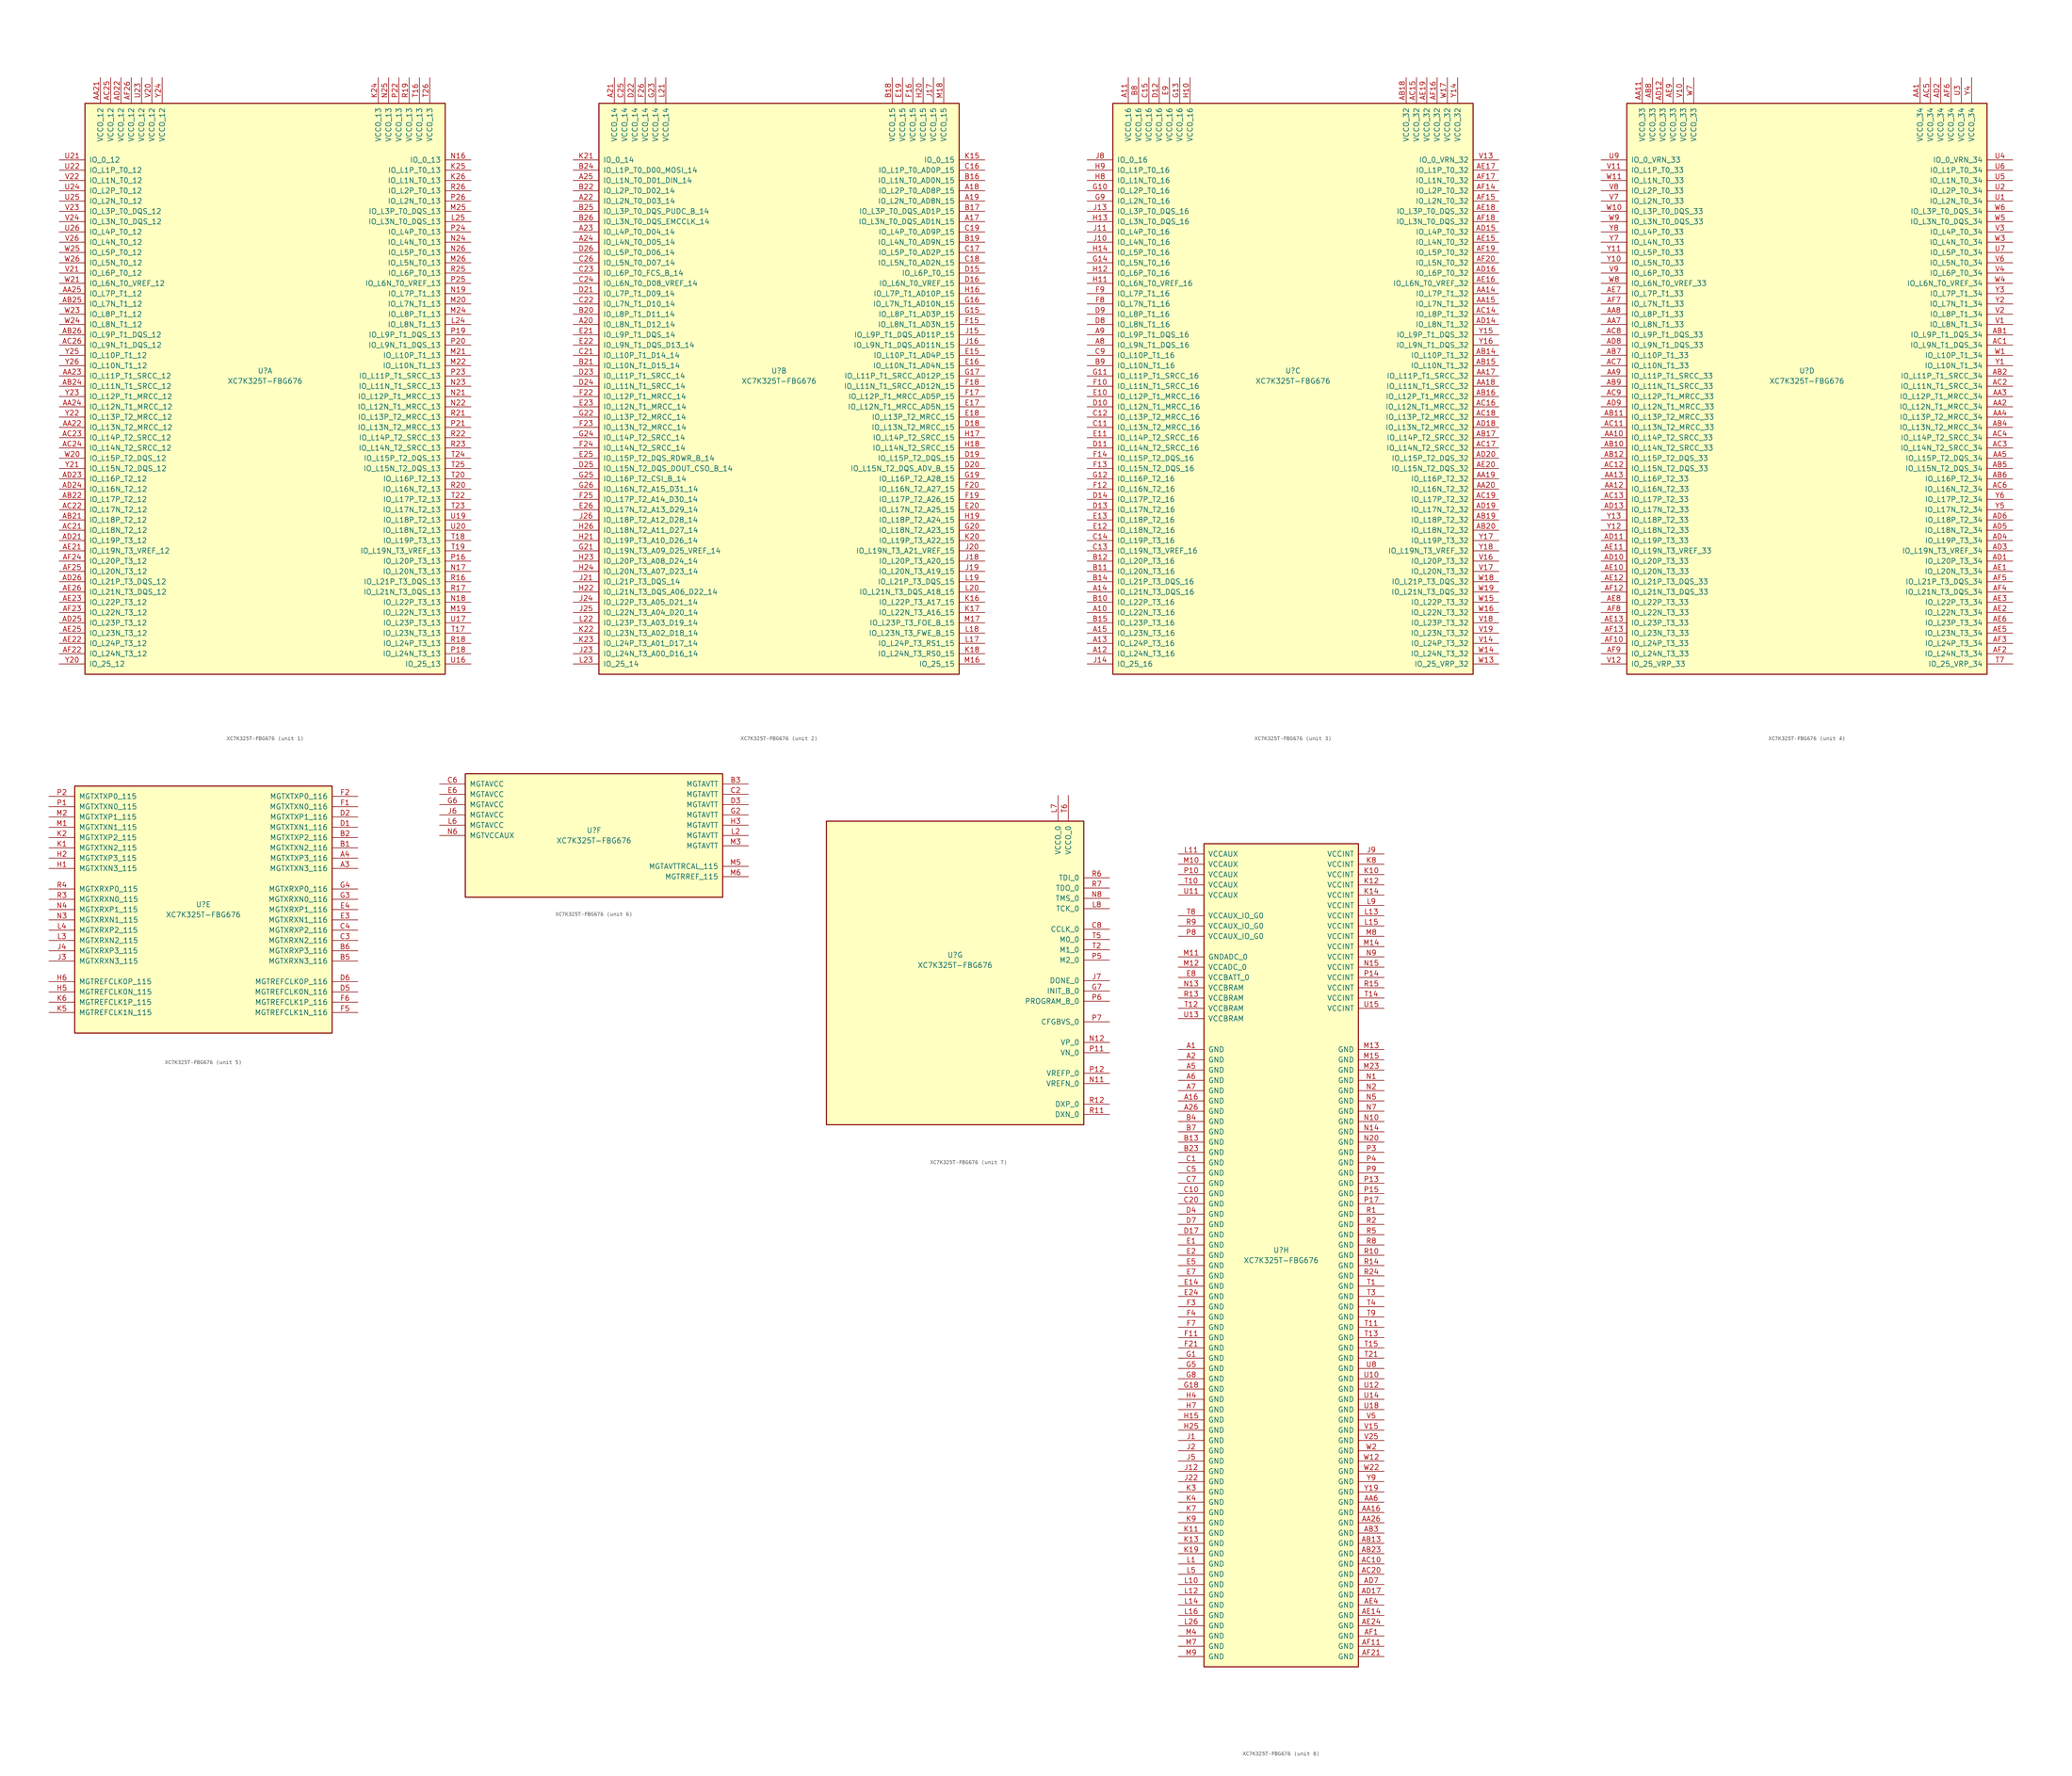
<source format=kicad_sym>
(kicad_symbol_lib
  (version 20201005)
  (generator kicad_symbol_editor)
  (symbol "XC7K325T-FBG676"
    (pin_names
      (offset 1.016))
    (property "Reference" "U"
      (at 0 1.27 0)
      (effects (font (size 1.27 1.27))))
    (property "Value" "XC7K325T-FBG676"
      (at 0 -1.27 0)
      (effects (font (size 1.27 1.27))))
    (property "Datasheet" ""
      (at 0 0 0)
      (effects (font (size 1.27 1.27))))
    (property "ki_locked" ""
      (at 0 0 0)
      (effects (font (size 1.27 1.27))))
    (symbol "XC7K325T-FBG676_1_1"
      (rectangle (start -44.45 67.31) (end 44.45 -73.66) (stroke (width 0.254)) (fill (type background)))
      (pin power_in line (at -40.64 73.66 270) (length 6.35) (name "VCCO_12" (effects (font (size 1.27 1.27)))) (number "AA21" (effects (font (size 1.27 1.27)))))
      (pin bidirectional line (at -50.8 -12.7 0) (length 6.35) (name "IO_L13N_T2_MRCC_12" (effects (font (size 1.27 1.27)))) (number "AA22" (effects (font (size 1.27 1.27)))))
      (pin bidirectional line (at -50.8 0 0) (length 6.35) (name "IO_L11P_T1_SRCC_12" (effects (font (size 1.27 1.27)))) (number "AA23" (effects (font (size 1.27 1.27)))))
      (pin bidirectional line (at -50.8 -7.62 0) (length 6.35) (name "IO_L12N_T1_MRCC_12" (effects (font (size 1.27 1.27)))) (number "AA24" (effects (font (size 1.27 1.27)))))
      (pin bidirectional line (at -50.8 20.32 0) (length 6.35) (name "IO_L7P_T1_12" (effects (font (size 1.27 1.27)))) (number "AA25" (effects (font (size 1.27 1.27)))))
      (pin bidirectional line (at -50.8 -35.56 0) (length 6.35) (name "IO_L18P_T2_12" (effects (font (size 1.27 1.27)))) (number "AB21" (effects (font (size 1.27 1.27)))))
      (pin bidirectional line (at -50.8 -30.48 0) (length 6.35) (name "IO_L17P_T2_12" (effects (font (size 1.27 1.27)))) (number "AB22" (effects (font (size 1.27 1.27)))))
      (pin bidirectional line (at -50.8 -2.54 0) (length 6.35) (name "IO_L11N_T1_SRCC_12" (effects (font (size 1.27 1.27)))) (number "AB24" (effects (font (size 1.27 1.27)))))
      (pin bidirectional line (at -50.8 17.78 0) (length 6.35) (name "IO_L7N_T1_12" (effects (font (size 1.27 1.27)))) (number "AB25" (effects (font (size 1.27 1.27)))))
      (pin bidirectional line (at -50.8 10.16 0) (length 6.35) (name "IO_L9P_T1_DQS_12" (effects (font (size 1.27 1.27)))) (number "AB26" (effects (font (size 1.27 1.27)))))
      (pin bidirectional line (at -50.8 -38.1 0) (length 6.35) (name "IO_L18N_T2_12" (effects (font (size 1.27 1.27)))) (number "AC21" (effects (font (size 1.27 1.27)))))
      (pin bidirectional line (at -50.8 -33.02 0) (length 6.35) (name "IO_L17N_T2_12" (effects (font (size 1.27 1.27)))) (number "AC22" (effects (font (size 1.27 1.27)))))
      (pin bidirectional line (at -50.8 -15.24 0) (length 6.35) (name "IO_L14P_T2_SRCC_12" (effects (font (size 1.27 1.27)))) (number "AC23" (effects (font (size 1.27 1.27)))))
      (pin bidirectional line (at -50.8 -17.78 0) (length 6.35) (name "IO_L14N_T2_SRCC_12" (effects (font (size 1.27 1.27)))) (number "AC24" (effects (font (size 1.27 1.27)))))
      (pin power_in line (at -38.1 73.66 270) (length 6.35) (name "VCCO_12" (effects (font (size 1.27 1.27)))) (number "AC25" (effects (font (size 1.27 1.27)))))
      (pin bidirectional line (at -50.8 7.62 0) (length 6.35) (name "IO_L9N_T1_DQS_12" (effects (font (size 1.27 1.27)))) (number "AC26" (effects (font (size 1.27 1.27)))))
      (pin bidirectional line (at -50.8 -40.64 0) (length 6.35) (name "IO_L19P_T3_12" (effects (font (size 1.27 1.27)))) (number "AD21" (effects (font (size 1.27 1.27)))))
      (pin power_in line (at -35.56 73.66 270) (length 6.35) (name "VCCO_12" (effects (font (size 1.27 1.27)))) (number "AD22" (effects (font (size 1.27 1.27)))))
      (pin bidirectional line (at -50.8 -25.4 0) (length 6.35) (name "IO_L16P_T2_12" (effects (font (size 1.27 1.27)))) (number "AD23" (effects (font (size 1.27 1.27)))))
      (pin bidirectional line (at -50.8 -27.94 0) (length 6.35) (name "IO_L16N_T2_12" (effects (font (size 1.27 1.27)))) (number "AD24" (effects (font (size 1.27 1.27)))))
      (pin bidirectional line (at -50.8 -60.96 0) (length 6.35) (name "IO_L23P_T3_12" (effects (font (size 1.27 1.27)))) (number "AD25" (effects (font (size 1.27 1.27)))))
      (pin bidirectional line (at -50.8 -50.8 0) (length 6.35) (name "IO_L21P_T3_DQS_12" (effects (font (size 1.27 1.27)))) (number "AD26" (effects (font (size 1.27 1.27)))))
      (pin bidirectional line (at -50.8 -43.18 0) (length 6.35) (name "IO_L19N_T3_VREF_12" (effects (font (size 1.27 1.27)))) (number "AE21" (effects (font (size 1.27 1.27)))))
      (pin bidirectional line (at -50.8 -66.04 0) (length 6.35) (name "IO_L24P_T3_12" (effects (font (size 1.27 1.27)))) (number "AE22" (effects (font (size 1.27 1.27)))))
      (pin bidirectional line (at -50.8 -55.88 0) (length 6.35) (name "IO_L22P_T3_12" (effects (font (size 1.27 1.27)))) (number "AE23" (effects (font (size 1.27 1.27)))))
      (pin bidirectional line (at -50.8 -63.5 0) (length 6.35) (name "IO_L23N_T3_12" (effects (font (size 1.27 1.27)))) (number "AE25" (effects (font (size 1.27 1.27)))))
      (pin bidirectional line (at -50.8 -53.34 0) (length 6.35) (name "IO_L21N_T3_DQS_12" (effects (font (size 1.27 1.27)))) (number "AE26" (effects (font (size 1.27 1.27)))))
      (pin bidirectional line (at -50.8 -68.58 0) (length 6.35) (name "IO_L24N_T3_12" (effects (font (size 1.27 1.27)))) (number "AF22" (effects (font (size 1.27 1.27)))))
      (pin bidirectional line (at -50.8 -58.42 0) (length 6.35) (name "IO_L22N_T3_12" (effects (font (size 1.27 1.27)))) (number "AF23" (effects (font (size 1.27 1.27)))))
      (pin bidirectional line (at -50.8 -45.72 0) (length 6.35) (name "IO_L20P_T3_12" (effects (font (size 1.27 1.27)))) (number "AF24" (effects (font (size 1.27 1.27)))))
      (pin bidirectional line (at -50.8 -48.26 0) (length 6.35) (name "IO_L20N_T3_12" (effects (font (size 1.27 1.27)))) (number "AF25" (effects (font (size 1.27 1.27)))))
      (pin power_in line (at -33.02 73.66 270) (length 6.35) (name "VCCO_12" (effects (font (size 1.27 1.27)))) (number "AF26" (effects (font (size 1.27 1.27)))))
      (pin power_in line (at 27.94 73.66 270) (length 6.35) (name "VCCO_13" (effects (font (size 1.27 1.27)))) (number "K24" (effects (font (size 1.27 1.27)))))
      (pin bidirectional line (at 50.8 50.8 180) (length 6.35) (name "IO_L1P_T0_13" (effects (font (size 1.27 1.27)))) (number "K25" (effects (font (size 1.27 1.27)))))
      (pin bidirectional line (at 50.8 48.26 180) (length 6.35) (name "IO_L1N_T0_13" (effects (font (size 1.27 1.27)))) (number "K26" (effects (font (size 1.27 1.27)))))
      (pin bidirectional line (at 50.8 12.7 180) (length 6.35) (name "IO_L8N_T1_13" (effects (font (size 1.27 1.27)))) (number "L24" (effects (font (size 1.27 1.27)))))
      (pin bidirectional line (at 50.8 38.1 180) (length 6.35) (name "IO_L3N_T0_DQS_13" (effects (font (size 1.27 1.27)))) (number "L25" (effects (font (size 1.27 1.27)))))
      (pin bidirectional line (at 50.8 -58.42 180) (length 6.35) (name "IO_L22N_T3_13" (effects (font (size 1.27 1.27)))) (number "M19" (effects (font (size 1.27 1.27)))))
      (pin bidirectional line (at 50.8 17.78 180) (length 6.35) (name "IO_L7N_T1_13" (effects (font (size 1.27 1.27)))) (number "M20" (effects (font (size 1.27 1.27)))))
      (pin bidirectional line (at 50.8 5.08 180) (length 6.35) (name "IO_L10P_T1_13" (effects (font (size 1.27 1.27)))) (number "M21" (effects (font (size 1.27 1.27)))))
      (pin bidirectional line (at 50.8 2.54 180) (length 6.35) (name "IO_L10N_T1_13" (effects (font (size 1.27 1.27)))) (number "M22" (effects (font (size 1.27 1.27)))))
      (pin bidirectional line (at 50.8 15.24 180) (length 6.35) (name "IO_L8P_T1_13" (effects (font (size 1.27 1.27)))) (number "M24" (effects (font (size 1.27 1.27)))))
      (pin bidirectional line (at 50.8 40.64 180) (length 6.35) (name "IO_L3P_T0_DQS_13" (effects (font (size 1.27 1.27)))) (number "M25" (effects (font (size 1.27 1.27)))))
      (pin bidirectional line (at 50.8 27.94 180) (length 6.35) (name "IO_L5N_T0_13" (effects (font (size 1.27 1.27)))) (number "M26" (effects (font (size 1.27 1.27)))))
      (pin bidirectional line (at 50.8 53.34 180) (length 6.35) (name "IO_0_13" (effects (font (size 1.27 1.27)))) (number "N16" (effects (font (size 1.27 1.27)))))
      (pin bidirectional line (at 50.8 -48.26 180) (length 6.35) (name "IO_L20N_T3_13" (effects (font (size 1.27 1.27)))) (number "N17" (effects (font (size 1.27 1.27)))))
      (pin bidirectional line (at 50.8 -55.88 180) (length 6.35) (name "IO_L22P_T3_13" (effects (font (size 1.27 1.27)))) (number "N18" (effects (font (size 1.27 1.27)))))
      (pin bidirectional line (at 50.8 20.32 180) (length 6.35) (name "IO_L7P_T1_13" (effects (font (size 1.27 1.27)))) (number "N19" (effects (font (size 1.27 1.27)))))
      (pin bidirectional line (at 50.8 -5.08 180) (length 6.35) (name "IO_L12P_T1_MRCC_13" (effects (font (size 1.27 1.27)))) (number "N21" (effects (font (size 1.27 1.27)))))
      (pin bidirectional line (at 50.8 -7.62 180) (length 6.35) (name "IO_L12N_T1_MRCC_13" (effects (font (size 1.27 1.27)))) (number "N22" (effects (font (size 1.27 1.27)))))
      (pin bidirectional line (at 50.8 -2.54 180) (length 6.35) (name "IO_L11N_T1_SRCC_13" (effects (font (size 1.27 1.27)))) (number "N23" (effects (font (size 1.27 1.27)))))
      (pin bidirectional line (at 50.8 33.02 180) (length 6.35) (name "IO_L4N_T0_13" (effects (font (size 1.27 1.27)))) (number "N24" (effects (font (size 1.27 1.27)))))
      (pin power_in line (at 30.48 73.66 270) (length 6.35) (name "VCCO_13" (effects (font (size 1.27 1.27)))) (number "N25" (effects (font (size 1.27 1.27)))))
      (pin bidirectional line (at 50.8 30.48 180) (length 6.35) (name "IO_L5P_T0_13" (effects (font (size 1.27 1.27)))) (number "N26" (effects (font (size 1.27 1.27)))))
      (pin bidirectional line (at 50.8 -45.72 180) (length 6.35) (name "IO_L20P_T3_13" (effects (font (size 1.27 1.27)))) (number "P16" (effects (font (size 1.27 1.27)))))
      (pin bidirectional line (at 50.8 -68.58 180) (length 6.35) (name "IO_L24N_T3_13" (effects (font (size 1.27 1.27)))) (number "P18" (effects (font (size 1.27 1.27)))))
      (pin bidirectional line (at 50.8 10.16 180) (length 6.35) (name "IO_L9P_T1_DQS_13" (effects (font (size 1.27 1.27)))) (number "P19" (effects (font (size 1.27 1.27)))))
      (pin bidirectional line (at 50.8 7.62 180) (length 6.35) (name "IO_L9N_T1_DQS_13" (effects (font (size 1.27 1.27)))) (number "P20" (effects (font (size 1.27 1.27)))))
      (pin bidirectional line (at 50.8 -12.7 180) (length 6.35) (name "IO_L13N_T2_MRCC_13" (effects (font (size 1.27 1.27)))) (number "P21" (effects (font (size 1.27 1.27)))))
      (pin power_in line (at 33.02 73.66 270) (length 6.35) (name "VCCO_13" (effects (font (size 1.27 1.27)))) (number "P22" (effects (font (size 1.27 1.27)))))
      (pin bidirectional line (at 50.8 0 180) (length 6.35) (name "IO_L11P_T1_SRCC_13" (effects (font (size 1.27 1.27)))) (number "P23" (effects (font (size 1.27 1.27)))))
      (pin bidirectional line (at 50.8 35.56 180) (length 6.35) (name "IO_L4P_T0_13" (effects (font (size 1.27 1.27)))) (number "P24" (effects (font (size 1.27 1.27)))))
      (pin bidirectional line (at 50.8 22.86 180) (length 6.35) (name "IO_L6N_T0_VREF_13" (effects (font (size 1.27 1.27)))) (number "P25" (effects (font (size 1.27 1.27)))))
      (pin bidirectional line (at 50.8 43.18 180) (length 6.35) (name "IO_L2N_T0_13" (effects (font (size 1.27 1.27)))) (number "P26" (effects (font (size 1.27 1.27)))))
      (pin bidirectional line (at 50.8 -50.8 180) (length 6.35) (name "IO_L21P_T3_DQS_13" (effects (font (size 1.27 1.27)))) (number "R16" (effects (font (size 1.27 1.27)))))
      (pin bidirectional line (at 50.8 -53.34 180) (length 6.35) (name "IO_L21N_T3_DQS_13" (effects (font (size 1.27 1.27)))) (number "R17" (effects (font (size 1.27 1.27)))))
      (pin bidirectional line (at 50.8 -66.04 180) (length 6.35) (name "IO_L24P_T3_13" (effects (font (size 1.27 1.27)))) (number "R18" (effects (font (size 1.27 1.27)))))
      (pin power_in line (at 35.56 73.66 270) (length 6.35) (name "VCCO_13" (effects (font (size 1.27 1.27)))) (number "R19" (effects (font (size 1.27 1.27)))))
      (pin bidirectional line (at 50.8 -27.94 180) (length 6.35) (name "IO_L16N_T2_13" (effects (font (size 1.27 1.27)))) (number "R20" (effects (font (size 1.27 1.27)))))
      (pin bidirectional line (at 50.8 -10.16 180) (length 6.35) (name "IO_L13P_T2_MRCC_13" (effects (font (size 1.27 1.27)))) (number "R21" (effects (font (size 1.27 1.27)))))
      (pin bidirectional line (at 50.8 -15.24 180) (length 6.35) (name "IO_L14P_T2_SRCC_13" (effects (font (size 1.27 1.27)))) (number "R22" (effects (font (size 1.27 1.27)))))
      (pin bidirectional line (at 50.8 -17.78 180) (length 6.35) (name "IO_L14N_T2_SRCC_13" (effects (font (size 1.27 1.27)))) (number "R23" (effects (font (size 1.27 1.27)))))
      (pin bidirectional line (at 50.8 25.4 180) (length 6.35) (name "IO_L6P_T0_13" (effects (font (size 1.27 1.27)))) (number "R25" (effects (font (size 1.27 1.27)))))
      (pin bidirectional line (at 50.8 45.72 180) (length 6.35) (name "IO_L2P_T0_13" (effects (font (size 1.27 1.27)))) (number "R26" (effects (font (size 1.27 1.27)))))
      (pin power_in line (at 38.1 73.66 270) (length 6.35) (name "VCCO_13" (effects (font (size 1.27 1.27)))) (number "T16" (effects (font (size 1.27 1.27)))))
      (pin bidirectional line (at 50.8 -63.5 180) (length 6.35) (name "IO_L23N_T3_13" (effects (font (size 1.27 1.27)))) (number "T17" (effects (font (size 1.27 1.27)))))
      (pin bidirectional line (at 50.8 -40.64 180) (length 6.35) (name "IO_L19P_T3_13" (effects (font (size 1.27 1.27)))) (number "T18" (effects (font (size 1.27 1.27)))))
      (pin bidirectional line (at 50.8 -43.18 180) (length 6.35) (name "IO_L19N_T3_VREF_13" (effects (font (size 1.27 1.27)))) (number "T19" (effects (font (size 1.27 1.27)))))
      (pin bidirectional line (at 50.8 -25.4 180) (length 6.35) (name "IO_L16P_T2_13" (effects (font (size 1.27 1.27)))) (number "T20" (effects (font (size 1.27 1.27)))))
      (pin bidirectional line (at 50.8 -30.48 180) (length 6.35) (name "IO_L17P_T2_13" (effects (font (size 1.27 1.27)))) (number "T22" (effects (font (size 1.27 1.27)))))
      (pin bidirectional line (at 50.8 -33.02 180) (length 6.35) (name "IO_L17N_T2_13" (effects (font (size 1.27 1.27)))) (number "T23" (effects (font (size 1.27 1.27)))))
      (pin bidirectional line (at 50.8 -20.32 180) (length 6.35) (name "IO_L15P_T2_DQS_13" (effects (font (size 1.27 1.27)))) (number "T24" (effects (font (size 1.27 1.27)))))
      (pin bidirectional line (at 50.8 -22.86 180) (length 6.35) (name "IO_L15N_T2_DQS_13" (effects (font (size 1.27 1.27)))) (number "T25" (effects (font (size 1.27 1.27)))))
      (pin power_in line (at 40.64 73.66 270) (length 6.35) (name "VCCO_13" (effects (font (size 1.27 1.27)))) (number "T26" (effects (font (size 1.27 1.27)))))
      (pin bidirectional line (at 50.8 -71.12 180) (length 6.35) (name "IO_25_13" (effects (font (size 1.27 1.27)))) (number "U16" (effects (font (size 1.27 1.27)))))
      (pin bidirectional line (at 50.8 -60.96 180) (length 6.35) (name "IO_L23P_T3_13" (effects (font (size 1.27 1.27)))) (number "U17" (effects (font (size 1.27 1.27)))))
      (pin bidirectional line (at 50.8 -35.56 180) (length 6.35) (name "IO_L18P_T2_13" (effects (font (size 1.27 1.27)))) (number "U19" (effects (font (size 1.27 1.27)))))
      (pin bidirectional line (at 50.8 -38.1 180) (length 6.35) (name "IO_L18N_T2_13" (effects (font (size 1.27 1.27)))) (number "U20" (effects (font (size 1.27 1.27)))))
      (pin bidirectional line (at -50.8 53.34 0) (length 6.35) (name "IO_0_12" (effects (font (size 1.27 1.27)))) (number "U21" (effects (font (size 1.27 1.27)))))
      (pin bidirectional line (at -50.8 50.8 0) (length 6.35) (name "IO_L1P_T0_12" (effects (font (size 1.27 1.27)))) (number "U22" (effects (font (size 1.27 1.27)))))
      (pin power_in line (at -30.48 73.66 270) (length 6.35) (name "VCCO_12" (effects (font (size 1.27 1.27)))) (number "U23" (effects (font (size 1.27 1.27)))))
      (pin bidirectional line (at -50.8 45.72 0) (length 6.35) (name "IO_L2P_T0_12" (effects (font (size 1.27 1.27)))) (number "U24" (effects (font (size 1.27 1.27)))))
      (pin bidirectional line (at -50.8 43.18 0) (length 6.35) (name "IO_L2N_T0_12" (effects (font (size 1.27 1.27)))) (number "U25" (effects (font (size 1.27 1.27)))))
      (pin bidirectional line (at -50.8 35.56 0) (length 6.35) (name "IO_L4P_T0_12" (effects (font (size 1.27 1.27)))) (number "U26" (effects (font (size 1.27 1.27)))))
      (pin power_in line (at -27.94 73.66 270) (length 6.35) (name "VCCO_12" (effects (font (size 1.27 1.27)))) (number "V20" (effects (font (size 1.27 1.27)))))
      (pin bidirectional line (at -50.8 25.4 0) (length 6.35) (name "IO_L6P_T0_12" (effects (font (size 1.27 1.27)))) (number "V21" (effects (font (size 1.27 1.27)))))
      (pin bidirectional line (at -50.8 48.26 0) (length 6.35) (name "IO_L1N_T0_12" (effects (font (size 1.27 1.27)))) (number "V22" (effects (font (size 1.27 1.27)))))
      (pin bidirectional line (at -50.8 40.64 0) (length 6.35) (name "IO_L3P_T0_DQS_12" (effects (font (size 1.27 1.27)))) (number "V23" (effects (font (size 1.27 1.27)))))
      (pin bidirectional line (at -50.8 38.1 0) (length 6.35) (name "IO_L3N_T0_DQS_12" (effects (font (size 1.27 1.27)))) (number "V24" (effects (font (size 1.27 1.27)))))
      (pin bidirectional line (at -50.8 33.02 0) (length 6.35) (name "IO_L4N_T0_12" (effects (font (size 1.27 1.27)))) (number "V26" (effects (font (size 1.27 1.27)))))
      (pin bidirectional line (at -50.8 -20.32 0) (length 6.35) (name "IO_L15P_T2_DQS_12" (effects (font (size 1.27 1.27)))) (number "W20" (effects (font (size 1.27 1.27)))))
      (pin bidirectional line (at -50.8 22.86 0) (length 6.35) (name "IO_L6N_T0_VREF_12" (effects (font (size 1.27 1.27)))) (number "W21" (effects (font (size 1.27 1.27)))))
      (pin bidirectional line (at -50.8 15.24 0) (length 6.35) (name "IO_L8P_T1_12" (effects (font (size 1.27 1.27)))) (number "W23" (effects (font (size 1.27 1.27)))))
      (pin bidirectional line (at -50.8 12.7 0) (length 6.35) (name "IO_L8N_T1_12" (effects (font (size 1.27 1.27)))) (number "W24" (effects (font (size 1.27 1.27)))))
      (pin bidirectional line (at -50.8 30.48 0) (length 6.35) (name "IO_L5P_T0_12" (effects (font (size 1.27 1.27)))) (number "W25" (effects (font (size 1.27 1.27)))))
      (pin bidirectional line (at -50.8 27.94 0) (length 6.35) (name "IO_L5N_T0_12" (effects (font (size 1.27 1.27)))) (number "W26" (effects (font (size 1.27 1.27)))))
      (pin bidirectional line (at -50.8 -71.12 0) (length 6.35) (name "IO_25_12" (effects (font (size 1.27 1.27)))) (number "Y20" (effects (font (size 1.27 1.27)))))
      (pin bidirectional line (at -50.8 -22.86 0) (length 6.35) (name "IO_L15N_T2_DQS_12" (effects (font (size 1.27 1.27)))) (number "Y21" (effects (font (size 1.27 1.27)))))
      (pin bidirectional line (at -50.8 -10.16 0) (length 6.35) (name "IO_L13P_T2_MRCC_12" (effects (font (size 1.27 1.27)))) (number "Y22" (effects (font (size 1.27 1.27)))))
      (pin bidirectional line (at -50.8 -5.08 0) (length 6.35) (name "IO_L12P_T1_MRCC_12" (effects (font (size 1.27 1.27)))) (number "Y23" (effects (font (size 1.27 1.27)))))
      (pin power_in line (at -25.4 73.66 270) (length 6.35) (name "VCCO_12" (effects (font (size 1.27 1.27)))) (number "Y24" (effects (font (size 1.27 1.27)))))
      (pin bidirectional line (at -50.8 5.08 0) (length 6.35) (name "IO_L10P_T1_12" (effects (font (size 1.27 1.27)))) (number "Y25" (effects (font (size 1.27 1.27)))))
      (pin bidirectional line (at -50.8 2.54 0) (length 6.35) (name "IO_L10N_T1_12" (effects (font (size 1.27 1.27)))) (number "Y26" (effects (font (size 1.27 1.27))))))
    (symbol "XC7K325T-FBG676_2_1"
      (rectangle (start -44.45 67.31) (end 44.45 -73.66) (stroke (width 0.254)) (fill (type background)))
      (pin bidirectional line (at 50.8 38.1 180) (length 6.35) (name "IO_L3N_T0_DQS_AD1N_15" (effects (font (size 1.27 1.27)))) (number "A17" (effects (font (size 1.27 1.27)))))
      (pin bidirectional line (at 50.8 45.72 180) (length 6.35) (name "IO_L2P_T0_AD8P_15" (effects (font (size 1.27 1.27)))) (number "A18" (effects (font (size 1.27 1.27)))))
      (pin bidirectional line (at 50.8 43.18 180) (length 6.35) (name "IO_L2N_T0_AD8N_15" (effects (font (size 1.27 1.27)))) (number "A19" (effects (font (size 1.27 1.27)))))
      (pin bidirectional line (at -50.8 12.7 0) (length 6.35) (name "IO_L8N_T1_D12_14" (effects (font (size 1.27 1.27)))) (number "A20" (effects (font (size 1.27 1.27)))))
      (pin power_in line (at -40.64 73.66 270) (length 6.35) (name "VCCO_14" (effects (font (size 1.27 1.27)))) (number "A21" (effects (font (size 1.27 1.27)))))
      (pin bidirectional line (at -50.8 43.18 0) (length 6.35) (name "IO_L2N_T0_D03_14" (effects (font (size 1.27 1.27)))) (number "A22" (effects (font (size 1.27 1.27)))))
      (pin bidirectional line (at -50.8 35.56 0) (length 6.35) (name "IO_L4P_T0_D04_14" (effects (font (size 1.27 1.27)))) (number "A23" (effects (font (size 1.27 1.27)))))
      (pin bidirectional line (at -50.8 33.02 0) (length 6.35) (name "IO_L4N_T0_D05_14" (effects (font (size 1.27 1.27)))) (number "A24" (effects (font (size 1.27 1.27)))))
      (pin bidirectional line (at -50.8 48.26 0) (length 6.35) (name "IO_L1N_T0_D01_DIN_14" (effects (font (size 1.27 1.27)))) (number "A25" (effects (font (size 1.27 1.27)))))
      (pin bidirectional line (at 50.8 48.26 180) (length 6.35) (name "IO_L1N_T0_AD0N_15" (effects (font (size 1.27 1.27)))) (number "B16" (effects (font (size 1.27 1.27)))))
      (pin bidirectional line (at 50.8 40.64 180) (length 6.35) (name "IO_L3P_T0_DQS_AD1P_15" (effects (font (size 1.27 1.27)))) (number "B17" (effects (font (size 1.27 1.27)))))
      (pin power_in line (at 27.94 73.66 270) (length 6.35) (name "VCCO_15" (effects (font (size 1.27 1.27)))) (number "B18" (effects (font (size 1.27 1.27)))))
      (pin bidirectional line (at 50.8 33.02 180) (length 6.35) (name "IO_L4N_T0_AD9N_15" (effects (font (size 1.27 1.27)))) (number "B19" (effects (font (size 1.27 1.27)))))
      (pin bidirectional line (at -50.8 15.24 0) (length 6.35) (name "IO_L8P_T1_D11_14" (effects (font (size 1.27 1.27)))) (number "B20" (effects (font (size 1.27 1.27)))))
      (pin bidirectional line (at -50.8 2.54 0) (length 6.35) (name "IO_L10N_T1_D15_14" (effects (font (size 1.27 1.27)))) (number "B21" (effects (font (size 1.27 1.27)))))
      (pin bidirectional line (at -50.8 45.72 0) (length 6.35) (name "IO_L2P_T0_D02_14" (effects (font (size 1.27 1.27)))) (number "B22" (effects (font (size 1.27 1.27)))))
      (pin bidirectional line (at -50.8 50.8 0) (length 6.35) (name "IO_L1P_T0_D00_MOSI_14" (effects (font (size 1.27 1.27)))) (number "B24" (effects (font (size 1.27 1.27)))))
      (pin bidirectional line (at -50.8 40.64 0) (length 6.35) (name "IO_L3P_T0_DQS_PUDC_B_14" (effects (font (size 1.27 1.27)))) (number "B25" (effects (font (size 1.27 1.27)))))
      (pin bidirectional line (at -50.8 38.1 0) (length 6.35) (name "IO_L3N_T0_DQS_EMCCLK_14" (effects (font (size 1.27 1.27)))) (number "B26" (effects (font (size 1.27 1.27)))))
      (pin bidirectional line (at 50.8 50.8 180) (length 6.35) (name "IO_L1P_T0_AD0P_15" (effects (font (size 1.27 1.27)))) (number "C16" (effects (font (size 1.27 1.27)))))
      (pin bidirectional line (at 50.8 30.48 180) (length 6.35) (name "IO_L5P_T0_AD2P_15" (effects (font (size 1.27 1.27)))) (number "C17" (effects (font (size 1.27 1.27)))))
      (pin bidirectional line (at 50.8 27.94 180) (length 6.35) (name "IO_L5N_T0_AD2N_15" (effects (font (size 1.27 1.27)))) (number "C18" (effects (font (size 1.27 1.27)))))
      (pin bidirectional line (at 50.8 35.56 180) (length 6.35) (name "IO_L4P_T0_AD9P_15" (effects (font (size 1.27 1.27)))) (number "C19" (effects (font (size 1.27 1.27)))))
      (pin bidirectional line (at -50.8 5.08 0) (length 6.35) (name "IO_L10P_T1_D14_14" (effects (font (size 1.27 1.27)))) (number "C21" (effects (font (size 1.27 1.27)))))
      (pin bidirectional line (at -50.8 17.78 0) (length 6.35) (name "IO_L7N_T1_D10_14" (effects (font (size 1.27 1.27)))) (number "C22" (effects (font (size 1.27 1.27)))))
      (pin bidirectional line (at -50.8 25.4 0) (length 6.35) (name "IO_L6P_T0_FCS_B_14" (effects (font (size 1.27 1.27)))) (number "C23" (effects (font (size 1.27 1.27)))))
      (pin bidirectional line (at -50.8 22.86 0) (length 6.35) (name "IO_L6N_T0_D08_VREF_14" (effects (font (size 1.27 1.27)))) (number "C24" (effects (font (size 1.27 1.27)))))
      (pin power_in line (at -38.1 73.66 270) (length 6.35) (name "VCCO_14" (effects (font (size 1.27 1.27)))) (number "C25" (effects (font (size 1.27 1.27)))))
      (pin bidirectional line (at -50.8 27.94 0) (length 6.35) (name "IO_L5N_T0_D07_14" (effects (font (size 1.27 1.27)))) (number "C26" (effects (font (size 1.27 1.27)))))
      (pin bidirectional line (at 50.8 25.4 180) (length 6.35) (name "IO_L6P_T0_15" (effects (font (size 1.27 1.27)))) (number "D15" (effects (font (size 1.27 1.27)))))
      (pin bidirectional line (at 50.8 22.86 180) (length 6.35) (name "IO_L6N_T0_VREF_15" (effects (font (size 1.27 1.27)))) (number "D16" (effects (font (size 1.27 1.27)))))
      (pin bidirectional line (at 50.8 -12.7 180) (length 6.35) (name "IO_L13N_T2_MRCC_15" (effects (font (size 1.27 1.27)))) (number "D18" (effects (font (size 1.27 1.27)))))
      (pin bidirectional line (at 50.8 -20.32 180) (length 6.35) (name "IO_L15P_T2_DQS_15" (effects (font (size 1.27 1.27)))) (number "D19" (effects (font (size 1.27 1.27)))))
      (pin bidirectional line (at 50.8 -22.86 180) (length 6.35) (name "IO_L15N_T2_DQS_ADV_B_15" (effects (font (size 1.27 1.27)))) (number "D20" (effects (font (size 1.27 1.27)))))
      (pin bidirectional line (at -50.8 20.32 0) (length 6.35) (name "IO_L7P_T1_D09_14" (effects (font (size 1.27 1.27)))) (number "D21" (effects (font (size 1.27 1.27)))))
      (pin power_in line (at -35.56 73.66 270) (length 6.35) (name "VCCO_14" (effects (font (size 1.27 1.27)))) (number "D22" (effects (font (size 1.27 1.27)))))
      (pin bidirectional line (at -50.8 0 0) (length 6.35) (name "IO_L11P_T1_SRCC_14" (effects (font (size 1.27 1.27)))) (number "D23" (effects (font (size 1.27 1.27)))))
      (pin bidirectional line (at -50.8 -2.54 0) (length 6.35) (name "IO_L11N_T1_SRCC_14" (effects (font (size 1.27 1.27)))) (number "D24" (effects (font (size 1.27 1.27)))))
      (pin bidirectional line (at -50.8 -22.86 0) (length 6.35) (name "IO_L15N_T2_DQS_DOUT_CSO_B_14" (effects (font (size 1.27 1.27)))) (number "D25" (effects (font (size 1.27 1.27)))))
      (pin bidirectional line (at -50.8 30.48 0) (length 6.35) (name "IO_L5P_T0_D06_14" (effects (font (size 1.27 1.27)))) (number "D26" (effects (font (size 1.27 1.27)))))
      (pin bidirectional line (at 50.8 5.08 180) (length 6.35) (name "IO_L10P_T1_AD4P_15" (effects (font (size 1.27 1.27)))) (number "E15" (effects (font (size 1.27 1.27)))))
      (pin bidirectional line (at 50.8 2.54 180) (length 6.35) (name "IO_L10N_T1_AD4N_15" (effects (font (size 1.27 1.27)))) (number "E16" (effects (font (size 1.27 1.27)))))
      (pin bidirectional line (at 50.8 -7.62 180) (length 6.35) (name "IO_L12N_T1_MRCC_AD5N_15" (effects (font (size 1.27 1.27)))) (number "E17" (effects (font (size 1.27 1.27)))))
      (pin bidirectional line (at 50.8 -10.16 180) (length 6.35) (name "IO_L13P_T2_MRCC_15" (effects (font (size 1.27 1.27)))) (number "E18" (effects (font (size 1.27 1.27)))))
      (pin power_in line (at 30.48 73.66 270) (length 6.35) (name "VCCO_15" (effects (font (size 1.27 1.27)))) (number "E19" (effects (font (size 1.27 1.27)))))
      (pin bidirectional line (at 50.8 -33.02 180) (length 6.35) (name "IO_L17N_T2_A25_15" (effects (font (size 1.27 1.27)))) (number "E20" (effects (font (size 1.27 1.27)))))
      (pin bidirectional line (at -50.8 10.16 0) (length 6.35) (name "IO_L9P_T1_DQS_14" (effects (font (size 1.27 1.27)))) (number "E21" (effects (font (size 1.27 1.27)))))
      (pin bidirectional line (at -50.8 7.62 0) (length 6.35) (name "IO_L9N_T1_DQS_D13_14" (effects (font (size 1.27 1.27)))) (number "E22" (effects (font (size 1.27 1.27)))))
      (pin bidirectional line (at -50.8 -7.62 0) (length 6.35) (name "IO_L12N_T1_MRCC_14" (effects (font (size 1.27 1.27)))) (number "E23" (effects (font (size 1.27 1.27)))))
      (pin bidirectional line (at -50.8 -20.32 0) (length 6.35) (name "IO_L15P_T2_DQS_RDWR_B_14" (effects (font (size 1.27 1.27)))) (number "E25" (effects (font (size 1.27 1.27)))))
      (pin bidirectional line (at -50.8 -33.02 0) (length 6.35) (name "IO_L17N_T2_A13_D29_14" (effects (font (size 1.27 1.27)))) (number "E26" (effects (font (size 1.27 1.27)))))
      (pin bidirectional line (at 50.8 12.7 180) (length 6.35) (name "IO_L8N_T1_AD3N_15" (effects (font (size 1.27 1.27)))) (number "F15" (effects (font (size 1.27 1.27)))))
      (pin power_in line (at 33.02 73.66 270) (length 6.35) (name "VCCO_15" (effects (font (size 1.27 1.27)))) (number "F16" (effects (font (size 1.27 1.27)))))
      (pin bidirectional line (at 50.8 -5.08 180) (length 6.35) (name "IO_L12P_T1_MRCC_AD5P_15" (effects (font (size 1.27 1.27)))) (number "F17" (effects (font (size 1.27 1.27)))))
      (pin bidirectional line (at 50.8 -2.54 180) (length 6.35) (name "IO_L11N_T1_SRCC_AD12N_15" (effects (font (size 1.27 1.27)))) (number "F18" (effects (font (size 1.27 1.27)))))
      (pin bidirectional line (at 50.8 -30.48 180) (length 6.35) (name "IO_L17P_T2_A26_15" (effects (font (size 1.27 1.27)))) (number "F19" (effects (font (size 1.27 1.27)))))
      (pin bidirectional line (at 50.8 -27.94 180) (length 6.35) (name "IO_L16N_T2_A27_15" (effects (font (size 1.27 1.27)))) (number "F20" (effects (font (size 1.27 1.27)))))
      (pin bidirectional line (at -50.8 -5.08 0) (length 6.35) (name "IO_L12P_T1_MRCC_14" (effects (font (size 1.27 1.27)))) (number "F22" (effects (font (size 1.27 1.27)))))
      (pin bidirectional line (at -50.8 -12.7 0) (length 6.35) (name "IO_L13N_T2_MRCC_14" (effects (font (size 1.27 1.27)))) (number "F23" (effects (font (size 1.27 1.27)))))
      (pin bidirectional line (at -50.8 -17.78 0) (length 6.35) (name "IO_L14N_T2_SRCC_14" (effects (font (size 1.27 1.27)))) (number "F24" (effects (font (size 1.27 1.27)))))
      (pin bidirectional line (at -50.8 -30.48 0) (length 6.35) (name "IO_L17P_T2_A14_D30_14" (effects (font (size 1.27 1.27)))) (number "F25" (effects (font (size 1.27 1.27)))))
      (pin power_in line (at -33.02 73.66 270) (length 6.35) (name "VCCO_14" (effects (font (size 1.27 1.27)))) (number "F26" (effects (font (size 1.27 1.27)))))
      (pin bidirectional line (at 50.8 15.24 180) (length 6.35) (name "IO_L8P_T1_AD3P_15" (effects (font (size 1.27 1.27)))) (number "G15" (effects (font (size 1.27 1.27)))))
      (pin bidirectional line (at 50.8 17.78 180) (length 6.35) (name "IO_L7N_T1_AD10N_15" (effects (font (size 1.27 1.27)))) (number "G16" (effects (font (size 1.27 1.27)))))
      (pin bidirectional line (at 50.8 0 180) (length 6.35) (name "IO_L11P_T1_SRCC_AD12P_15" (effects (font (size 1.27 1.27)))) (number "G17" (effects (font (size 1.27 1.27)))))
      (pin bidirectional line (at 50.8 -25.4 180) (length 6.35) (name "IO_L16P_T2_A28_15" (effects (font (size 1.27 1.27)))) (number "G19" (effects (font (size 1.27 1.27)))))
      (pin bidirectional line (at 50.8 -38.1 180) (length 6.35) (name "IO_L18N_T2_A23_15" (effects (font (size 1.27 1.27)))) (number "G20" (effects (font (size 1.27 1.27)))))
      (pin bidirectional line (at -50.8 -43.18 0) (length 6.35) (name "IO_L19N_T3_A09_D25_VREF_14" (effects (font (size 1.27 1.27)))) (number "G21" (effects (font (size 1.27 1.27)))))
      (pin bidirectional line (at -50.8 -10.16 0) (length 6.35) (name "IO_L13P_T2_MRCC_14" (effects (font (size 1.27 1.27)))) (number "G22" (effects (font (size 1.27 1.27)))))
      (pin power_in line (at -30.48 73.66 270) (length 6.35) (name "VCCO_14" (effects (font (size 1.27 1.27)))) (number "G23" (effects (font (size 1.27 1.27)))))
      (pin bidirectional line (at -50.8 -15.24 0) (length 6.35) (name "IO_L14P_T2_SRCC_14" (effects (font (size 1.27 1.27)))) (number "G24" (effects (font (size 1.27 1.27)))))
      (pin bidirectional line (at -50.8 -25.4 0) (length 6.35) (name "IO_L16P_T2_CSI_B_14" (effects (font (size 1.27 1.27)))) (number "G25" (effects (font (size 1.27 1.27)))))
      (pin bidirectional line (at -50.8 -27.94 0) (length 6.35) (name "IO_L16N_T2_A15_D31_14" (effects (font (size 1.27 1.27)))) (number "G26" (effects (font (size 1.27 1.27)))))
      (pin bidirectional line (at 50.8 20.32 180) (length 6.35) (name "IO_L7P_T1_AD10P_15" (effects (font (size 1.27 1.27)))) (number "H16" (effects (font (size 1.27 1.27)))))
      (pin bidirectional line (at 50.8 -15.24 180) (length 6.35) (name "IO_L14P_T2_SRCC_15" (effects (font (size 1.27 1.27)))) (number "H17" (effects (font (size 1.27 1.27)))))
      (pin bidirectional line (at 50.8 -17.78 180) (length 6.35) (name "IO_L14N_T2_SRCC_15" (effects (font (size 1.27 1.27)))) (number "H18" (effects (font (size 1.27 1.27)))))
      (pin bidirectional line (at 50.8 -35.56 180) (length 6.35) (name "IO_L18P_T2_A24_15" (effects (font (size 1.27 1.27)))) (number "H19" (effects (font (size 1.27 1.27)))))
      (pin power_in line (at 35.56 73.66 270) (length 6.35) (name "VCCO_15" (effects (font (size 1.27 1.27)))) (number "H20" (effects (font (size 1.27 1.27)))))
      (pin bidirectional line (at -50.8 -40.64 0) (length 6.35) (name "IO_L19P_T3_A10_D26_14" (effects (font (size 1.27 1.27)))) (number "H21" (effects (font (size 1.27 1.27)))))
      (pin bidirectional line (at -50.8 -53.34 0) (length 6.35) (name "IO_L21N_T3_DQS_A06_D22_14" (effects (font (size 1.27 1.27)))) (number "H22" (effects (font (size 1.27 1.27)))))
      (pin bidirectional line (at -50.8 -45.72 0) (length 6.35) (name "IO_L20P_T3_A08_D24_14" (effects (font (size 1.27 1.27)))) (number "H23" (effects (font (size 1.27 1.27)))))
      (pin bidirectional line (at -50.8 -48.26 0) (length 6.35) (name "IO_L20N_T3_A07_D23_14" (effects (font (size 1.27 1.27)))) (number "H24" (effects (font (size 1.27 1.27)))))
      (pin bidirectional line (at -50.8 -38.1 0) (length 6.35) (name "IO_L18N_T2_A11_D27_14" (effects (font (size 1.27 1.27)))) (number "H26" (effects (font (size 1.27 1.27)))))
      (pin bidirectional line (at 50.8 10.16 180) (length 6.35) (name "IO_L9P_T1_DQS_AD11P_15" (effects (font (size 1.27 1.27)))) (number "J15" (effects (font (size 1.27 1.27)))))
      (pin bidirectional line (at 50.8 7.62 180) (length 6.35) (name "IO_L9N_T1_DQS_AD11N_15" (effects (font (size 1.27 1.27)))) (number "J16" (effects (font (size 1.27 1.27)))))
      (pin power_in line (at 38.1 73.66 270) (length 6.35) (name "VCCO_15" (effects (font (size 1.27 1.27)))) (number "J17" (effects (font (size 1.27 1.27)))))
      (pin bidirectional line (at 50.8 -45.72 180) (length 6.35) (name "IO_L20P_T3_A20_15" (effects (font (size 1.27 1.27)))) (number "J18" (effects (font (size 1.27 1.27)))))
      (pin bidirectional line (at 50.8 -48.26 180) (length 6.35) (name "IO_L20N_T3_A19_15" (effects (font (size 1.27 1.27)))) (number "J19" (effects (font (size 1.27 1.27)))))
      (pin bidirectional line (at 50.8 -43.18 180) (length 6.35) (name "IO_L19N_T3_A21_VREF_15" (effects (font (size 1.27 1.27)))) (number "J20" (effects (font (size 1.27 1.27)))))
      (pin bidirectional line (at -50.8 -50.8 0) (length 6.35) (name "IO_L21P_T3_DQS_14" (effects (font (size 1.27 1.27)))) (number "J21" (effects (font (size 1.27 1.27)))))
      (pin bidirectional line (at -50.8 -68.58 0) (length 6.35) (name "IO_L24N_T3_A00_D16_14" (effects (font (size 1.27 1.27)))) (number "J23" (effects (font (size 1.27 1.27)))))
      (pin bidirectional line (at -50.8 -55.88 0) (length 6.35) (name "IO_L22P_T3_A05_D21_14" (effects (font (size 1.27 1.27)))) (number "J24" (effects (font (size 1.27 1.27)))))
      (pin bidirectional line (at -50.8 -58.42 0) (length 6.35) (name "IO_L22N_T3_A04_D20_14" (effects (font (size 1.27 1.27)))) (number "J25" (effects (font (size 1.27 1.27)))))
      (pin bidirectional line (at -50.8 -35.56 0) (length 6.35) (name "IO_L18P_T2_A12_D28_14" (effects (font (size 1.27 1.27)))) (number "J26" (effects (font (size 1.27 1.27)))))
      (pin bidirectional line (at 50.8 53.34 180) (length 6.35) (name "IO_0_15" (effects (font (size 1.27 1.27)))) (number "K15" (effects (font (size 1.27 1.27)))))
      (pin bidirectional line (at 50.8 -55.88 180) (length 6.35) (name "IO_L22P_T3_A17_15" (effects (font (size 1.27 1.27)))) (number "K16" (effects (font (size 1.27 1.27)))))
      (pin bidirectional line (at 50.8 -58.42 180) (length 6.35) (name "IO_L22N_T3_A16_15" (effects (font (size 1.27 1.27)))) (number "K17" (effects (font (size 1.27 1.27)))))
      (pin bidirectional line (at 50.8 -68.58 180) (length 6.35) (name "IO_L24N_T3_RS0_15" (effects (font (size 1.27 1.27)))) (number "K18" (effects (font (size 1.27 1.27)))))
      (pin bidirectional line (at 50.8 -40.64 180) (length 6.35) (name "IO_L19P_T3_A22_15" (effects (font (size 1.27 1.27)))) (number "K20" (effects (font (size 1.27 1.27)))))
      (pin bidirectional line (at -50.8 53.34 0) (length 6.35) (name "IO_0_14" (effects (font (size 1.27 1.27)))) (number "K21" (effects (font (size 1.27 1.27)))))
      (pin bidirectional line (at -50.8 -63.5 0) (length 6.35) (name "IO_L23N_T3_A02_D18_14" (effects (font (size 1.27 1.27)))) (number "K22" (effects (font (size 1.27 1.27)))))
      (pin bidirectional line (at -50.8 -66.04 0) (length 6.35) (name "IO_L24P_T3_A01_D17_14" (effects (font (size 1.27 1.27)))) (number "K23" (effects (font (size 1.27 1.27)))))
      (pin bidirectional line (at 50.8 -66.04 180) (length 6.35) (name "IO_L24P_T3_RS1_15" (effects (font (size 1.27 1.27)))) (number "L17" (effects (font (size 1.27 1.27)))))
      (pin bidirectional line (at 50.8 -63.5 180) (length 6.35) (name "IO_L23N_T3_FWE_B_15" (effects (font (size 1.27 1.27)))) (number "L18" (effects (font (size 1.27 1.27)))))
      (pin bidirectional line (at 50.8 -50.8 180) (length 6.35) (name "IO_L21P_T3_DQS_15" (effects (font (size 1.27 1.27)))) (number "L19" (effects (font (size 1.27 1.27)))))
      (pin bidirectional line (at 50.8 -53.34 180) (length 6.35) (name "IO_L21N_T3_DQS_A18_15" (effects (font (size 1.27 1.27)))) (number "L20" (effects (font (size 1.27 1.27)))))
      (pin power_in line (at -27.94 73.66 270) (length 6.35) (name "VCCO_14" (effects (font (size 1.27 1.27)))) (number "L21" (effects (font (size 1.27 1.27)))))
      (pin bidirectional line (at -50.8 -60.96 0) (length 6.35) (name "IO_L23P_T3_A03_D19_14" (effects (font (size 1.27 1.27)))) (number "L22" (effects (font (size 1.27 1.27)))))
      (pin bidirectional line (at -50.8 -71.12 0) (length 6.35) (name "IO_25_14" (effects (font (size 1.27 1.27)))) (number "L23" (effects (font (size 1.27 1.27)))))
      (pin bidirectional line (at 50.8 -71.12 180) (length 6.35) (name "IO_25_15" (effects (font (size 1.27 1.27)))) (number "M16" (effects (font (size 1.27 1.27)))))
      (pin bidirectional line (at 50.8 -60.96 180) (length 6.35) (name "IO_L23P_T3_FOE_B_15" (effects (font (size 1.27 1.27)))) (number "M17" (effects (font (size 1.27 1.27)))))
      (pin power_in line (at 40.64 73.66 270) (length 6.35) (name "VCCO_15" (effects (font (size 1.27 1.27)))) (number "M18" (effects (font (size 1.27 1.27))))))
    (symbol "XC7K325T-FBG676_3_1"
      (rectangle (start -44.45 67.31) (end 44.45 -73.66) (stroke (width 0.254)) (fill (type background)))
      (pin bidirectional line (at -50.8 -58.42 0) (length 6.35) (name "IO_L22N_T3_16" (effects (font (size 1.27 1.27)))) (number "A10" (effects (font (size 1.27 1.27)))))
      (pin power_in line (at -40.64 73.66 270) (length 6.35) (name "VCCO_16" (effects (font (size 1.27 1.27)))) (number "A11" (effects (font (size 1.27 1.27)))))
      (pin bidirectional line (at -50.8 -68.58 0) (length 6.35) (name "IO_L24N_T3_16" (effects (font (size 1.27 1.27)))) (number "A12" (effects (font (size 1.27 1.27)))))
      (pin bidirectional line (at -50.8 -66.04 0) (length 6.35) (name "IO_L24P_T3_16" (effects (font (size 1.27 1.27)))) (number "A13" (effects (font (size 1.27 1.27)))))
      (pin bidirectional line (at -50.8 -53.34 0) (length 6.35) (name "IO_L21N_T3_DQS_16" (effects (font (size 1.27 1.27)))) (number "A14" (effects (font (size 1.27 1.27)))))
      (pin bidirectional line (at -50.8 -63.5 0) (length 6.35) (name "IO_L23N_T3_16" (effects (font (size 1.27 1.27)))) (number "A15" (effects (font (size 1.27 1.27)))))
      (pin bidirectional line (at -50.8 7.62 0) (length 6.35) (name "IO_L9N_T1_DQS_16" (effects (font (size 1.27 1.27)))) (number "A8" (effects (font (size 1.27 1.27)))))
      (pin bidirectional line (at -50.8 10.16 0) (length 6.35) (name "IO_L9P_T1_DQS_16" (effects (font (size 1.27 1.27)))) (number "A9" (effects (font (size 1.27 1.27)))))
      (pin bidirectional line (at 50.8 20.32 180) (length 6.35) (name "IO_L7P_T1_32" (effects (font (size 1.27 1.27)))) (number "AA14" (effects (font (size 1.27 1.27)))))
      (pin bidirectional line (at 50.8 17.78 180) (length 6.35) (name "IO_L7N_T1_32" (effects (font (size 1.27 1.27)))) (number "AA15" (effects (font (size 1.27 1.27)))))
      (pin bidirectional line (at 50.8 0 180) (length 6.35) (name "IO_L11P_T1_SRCC_32" (effects (font (size 1.27 1.27)))) (number "AA17" (effects (font (size 1.27 1.27)))))
      (pin bidirectional line (at 50.8 -2.54 180) (length 6.35) (name "IO_L11N_T1_SRCC_32" (effects (font (size 1.27 1.27)))) (number "AA18" (effects (font (size 1.27 1.27)))))
      (pin bidirectional line (at 50.8 -25.4 180) (length 6.35) (name "IO_L16P_T2_32" (effects (font (size 1.27 1.27)))) (number "AA19" (effects (font (size 1.27 1.27)))))
      (pin bidirectional line (at 50.8 -27.94 180) (length 6.35) (name "IO_L16N_T2_32" (effects (font (size 1.27 1.27)))) (number "AA20" (effects (font (size 1.27 1.27)))))
      (pin bidirectional line (at 50.8 5.08 180) (length 6.35) (name "IO_L10P_T1_32" (effects (font (size 1.27 1.27)))) (number "AB14" (effects (font (size 1.27 1.27)))))
      (pin bidirectional line (at 50.8 2.54 180) (length 6.35) (name "IO_L10N_T1_32" (effects (font (size 1.27 1.27)))) (number "AB15" (effects (font (size 1.27 1.27)))))
      (pin bidirectional line (at 50.8 -5.08 180) (length 6.35) (name "IO_L12P_T1_MRCC_32" (effects (font (size 1.27 1.27)))) (number "AB16" (effects (font (size 1.27 1.27)))))
      (pin bidirectional line (at 50.8 -15.24 180) (length 6.35) (name "IO_L14P_T2_SRCC_32" (effects (font (size 1.27 1.27)))) (number "AB17" (effects (font (size 1.27 1.27)))))
      (pin power_in line (at 27.94 73.66 270) (length 6.35) (name "VCCO_32" (effects (font (size 1.27 1.27)))) (number "AB18" (effects (font (size 1.27 1.27)))))
      (pin bidirectional line (at 50.8 -35.56 180) (length 6.35) (name "IO_L18P_T2_32" (effects (font (size 1.27 1.27)))) (number "AB19" (effects (font (size 1.27 1.27)))))
      (pin bidirectional line (at 50.8 -38.1 180) (length 6.35) (name "IO_L18N_T2_32" (effects (font (size 1.27 1.27)))) (number "AB20" (effects (font (size 1.27 1.27)))))
      (pin bidirectional line (at 50.8 15.24 180) (length 6.35) (name "IO_L8P_T1_32" (effects (font (size 1.27 1.27)))) (number "AC14" (effects (font (size 1.27 1.27)))))
      (pin power_in line (at 30.48 73.66 270) (length 6.35) (name "VCCO_32" (effects (font (size 1.27 1.27)))) (number "AC15" (effects (font (size 1.27 1.27)))))
      (pin bidirectional line (at 50.8 -7.62 180) (length 6.35) (name "IO_L12N_T1_MRCC_32" (effects (font (size 1.27 1.27)))) (number "AC16" (effects (font (size 1.27 1.27)))))
      (pin bidirectional line (at 50.8 -17.78 180) (length 6.35) (name "IO_L14N_T2_SRCC_32" (effects (font (size 1.27 1.27)))) (number "AC17" (effects (font (size 1.27 1.27)))))
      (pin bidirectional line (at 50.8 -10.16 180) (length 6.35) (name "IO_L13P_T2_MRCC_32" (effects (font (size 1.27 1.27)))) (number "AC18" (effects (font (size 1.27 1.27)))))
      (pin bidirectional line (at 50.8 -30.48 180) (length 6.35) (name "IO_L17P_T2_32" (effects (font (size 1.27 1.27)))) (number "AC19" (effects (font (size 1.27 1.27)))))
      (pin bidirectional line (at 50.8 12.7 180) (length 6.35) (name "IO_L8N_T1_32" (effects (font (size 1.27 1.27)))) (number "AD14" (effects (font (size 1.27 1.27)))))
      (pin bidirectional line (at 50.8 35.56 180) (length 6.35) (name "IO_L4P_T0_32" (effects (font (size 1.27 1.27)))) (number "AD15" (effects (font (size 1.27 1.27)))))
      (pin bidirectional line (at 50.8 25.4 180) (length 6.35) (name "IO_L6P_T0_32" (effects (font (size 1.27 1.27)))) (number "AD16" (effects (font (size 1.27 1.27)))))
      (pin bidirectional line (at 50.8 -12.7 180) (length 6.35) (name "IO_L13N_T2_MRCC_32" (effects (font (size 1.27 1.27)))) (number "AD18" (effects (font (size 1.27 1.27)))))
      (pin bidirectional line (at 50.8 -33.02 180) (length 6.35) (name "IO_L17N_T2_32" (effects (font (size 1.27 1.27)))) (number "AD19" (effects (font (size 1.27 1.27)))))
      (pin bidirectional line (at 50.8 -20.32 180) (length 6.35) (name "IO_L15P_T2_DQS_32" (effects (font (size 1.27 1.27)))) (number "AD20" (effects (font (size 1.27 1.27)))))
      (pin bidirectional line (at 50.8 33.02 180) (length 6.35) (name "IO_L4N_T0_32" (effects (font (size 1.27 1.27)))) (number "AE15" (effects (font (size 1.27 1.27)))))
      (pin bidirectional line (at 50.8 22.86 180) (length 6.35) (name "IO_L6N_T0_VREF_32" (effects (font (size 1.27 1.27)))) (number "AE16" (effects (font (size 1.27 1.27)))))
      (pin bidirectional line (at 50.8 50.8 180) (length 6.35) (name "IO_L1P_T0_32" (effects (font (size 1.27 1.27)))) (number "AE17" (effects (font (size 1.27 1.27)))))
      (pin bidirectional line (at 50.8 40.64 180) (length 6.35) (name "IO_L3P_T0_DQS_32" (effects (font (size 1.27 1.27)))) (number "AE18" (effects (font (size 1.27 1.27)))))
      (pin power_in line (at 33.02 73.66 270) (length 6.35) (name "VCCO_32" (effects (font (size 1.27 1.27)))) (number "AE19" (effects (font (size 1.27 1.27)))))
      (pin bidirectional line (at 50.8 -22.86 180) (length 6.35) (name "IO_L15N_T2_DQS_32" (effects (font (size 1.27 1.27)))) (number "AE20" (effects (font (size 1.27 1.27)))))
      (pin bidirectional line (at 50.8 45.72 180) (length 6.35) (name "IO_L2P_T0_32" (effects (font (size 1.27 1.27)))) (number "AF14" (effects (font (size 1.27 1.27)))))
      (pin bidirectional line (at 50.8 43.18 180) (length 6.35) (name "IO_L2N_T0_32" (effects (font (size 1.27 1.27)))) (number "AF15" (effects (font (size 1.27 1.27)))))
      (pin power_in line (at 35.56 73.66 270) (length 6.35) (name "VCCO_32" (effects (font (size 1.27 1.27)))) (number "AF16" (effects (font (size 1.27 1.27)))))
      (pin bidirectional line (at 50.8 48.26 180) (length 6.35) (name "IO_L1N_T0_32" (effects (font (size 1.27 1.27)))) (number "AF17" (effects (font (size 1.27 1.27)))))
      (pin bidirectional line (at 50.8 38.1 180) (length 6.35) (name "IO_L3N_T0_DQS_32" (effects (font (size 1.27 1.27)))) (number "AF18" (effects (font (size 1.27 1.27)))))
      (pin bidirectional line (at 50.8 30.48 180) (length 6.35) (name "IO_L5P_T0_32" (effects (font (size 1.27 1.27)))) (number "AF19" (effects (font (size 1.27 1.27)))))
      (pin bidirectional line (at 50.8 27.94 180) (length 6.35) (name "IO_L5N_T0_32" (effects (font (size 1.27 1.27)))) (number "AF20" (effects (font (size 1.27 1.27)))))
      (pin bidirectional line (at -50.8 -55.88 0) (length 6.35) (name "IO_L22P_T3_16" (effects (font (size 1.27 1.27)))) (number "B10" (effects (font (size 1.27 1.27)))))
      (pin bidirectional line (at -50.8 -48.26 0) (length 6.35) (name "IO_L20N_T3_16" (effects (font (size 1.27 1.27)))) (number "B11" (effects (font (size 1.27 1.27)))))
      (pin bidirectional line (at -50.8 -45.72 0) (length 6.35) (name "IO_L20P_T3_16" (effects (font (size 1.27 1.27)))) (number "B12" (effects (font (size 1.27 1.27)))))
      (pin bidirectional line (at -50.8 -50.8 0) (length 6.35) (name "IO_L21P_T3_DQS_16" (effects (font (size 1.27 1.27)))) (number "B14" (effects (font (size 1.27 1.27)))))
      (pin bidirectional line (at -50.8 -60.96 0) (length 6.35) (name "IO_L23P_T3_16" (effects (font (size 1.27 1.27)))) (number "B15" (effects (font (size 1.27 1.27)))))
      (pin power_in line (at -38.1 73.66 270) (length 6.35) (name "VCCO_16" (effects (font (size 1.27 1.27)))) (number "B8" (effects (font (size 1.27 1.27)))))
      (pin bidirectional line (at -50.8 2.54 0) (length 6.35) (name "IO_L10N_T1_16" (effects (font (size 1.27 1.27)))) (number "B9" (effects (font (size 1.27 1.27)))))
      (pin bidirectional line (at -50.8 -12.7 0) (length 6.35) (name "IO_L13N_T2_MRCC_16" (effects (font (size 1.27 1.27)))) (number "C11" (effects (font (size 1.27 1.27)))))
      (pin bidirectional line (at -50.8 -10.16 0) (length 6.35) (name "IO_L13P_T2_MRCC_16" (effects (font (size 1.27 1.27)))) (number "C12" (effects (font (size 1.27 1.27)))))
      (pin bidirectional line (at -50.8 -43.18 0) (length 6.35) (name "IO_L19N_T3_VREF_16" (effects (font (size 1.27 1.27)))) (number "C13" (effects (font (size 1.27 1.27)))))
      (pin bidirectional line (at -50.8 -40.64 0) (length 6.35) (name "IO_L19P_T3_16" (effects (font (size 1.27 1.27)))) (number "C14" (effects (font (size 1.27 1.27)))))
      (pin power_in line (at -35.56 73.66 270) (length 6.35) (name "VCCO_16" (effects (font (size 1.27 1.27)))) (number "C15" (effects (font (size 1.27 1.27)))))
      (pin bidirectional line (at -50.8 5.08 0) (length 6.35) (name "IO_L10P_T1_16" (effects (font (size 1.27 1.27)))) (number "C9" (effects (font (size 1.27 1.27)))))
      (pin bidirectional line (at -50.8 -7.62 0) (length 6.35) (name "IO_L12N_T1_MRCC_16" (effects (font (size 1.27 1.27)))) (number "D10" (effects (font (size 1.27 1.27)))))
      (pin bidirectional line (at -50.8 -17.78 0) (length 6.35) (name "IO_L14N_T2_SRCC_16" (effects (font (size 1.27 1.27)))) (number "D11" (effects (font (size 1.27 1.27)))))
      (pin power_in line (at -33.02 73.66 270) (length 6.35) (name "VCCO_16" (effects (font (size 1.27 1.27)))) (number "D12" (effects (font (size 1.27 1.27)))))
      (pin bidirectional line (at -50.8 -33.02 0) (length 6.35) (name "IO_L17N_T2_16" (effects (font (size 1.27 1.27)))) (number "D13" (effects (font (size 1.27 1.27)))))
      (pin bidirectional line (at -50.8 -30.48 0) (length 6.35) (name "IO_L17P_T2_16" (effects (font (size 1.27 1.27)))) (number "D14" (effects (font (size 1.27 1.27)))))
      (pin bidirectional line (at -50.8 12.7 0) (length 6.35) (name "IO_L8N_T1_16" (effects (font (size 1.27 1.27)))) (number "D8" (effects (font (size 1.27 1.27)))))
      (pin bidirectional line (at -50.8 15.24 0) (length 6.35) (name "IO_L8P_T1_16" (effects (font (size 1.27 1.27)))) (number "D9" (effects (font (size 1.27 1.27)))))
      (pin bidirectional line (at -50.8 -5.08 0) (length 6.35) (name "IO_L12P_T1_MRCC_16" (effects (font (size 1.27 1.27)))) (number "E10" (effects (font (size 1.27 1.27)))))
      (pin bidirectional line (at -50.8 -15.24 0) (length 6.35) (name "IO_L14P_T2_SRCC_16" (effects (font (size 1.27 1.27)))) (number "E11" (effects (font (size 1.27 1.27)))))
      (pin bidirectional line (at -50.8 -38.1 0) (length 6.35) (name "IO_L18N_T2_16" (effects (font (size 1.27 1.27)))) (number "E12" (effects (font (size 1.27 1.27)))))
      (pin bidirectional line (at -50.8 -35.56 0) (length 6.35) (name "IO_L18P_T2_16" (effects (font (size 1.27 1.27)))) (number "E13" (effects (font (size 1.27 1.27)))))
      (pin power_in line (at -30.48 73.66 270) (length 6.35) (name "VCCO_16" (effects (font (size 1.27 1.27)))) (number "E9" (effects (font (size 1.27 1.27)))))
      (pin bidirectional line (at -50.8 -2.54 0) (length 6.35) (name "IO_L11N_T1_SRCC_16" (effects (font (size 1.27 1.27)))) (number "F10" (effects (font (size 1.27 1.27)))))
      (pin bidirectional line (at -50.8 -27.94 0) (length 6.35) (name "IO_L16N_T2_16" (effects (font (size 1.27 1.27)))) (number "F12" (effects (font (size 1.27 1.27)))))
      (pin bidirectional line (at -50.8 -22.86 0) (length 6.35) (name "IO_L15N_T2_DQS_16" (effects (font (size 1.27 1.27)))) (number "F13" (effects (font (size 1.27 1.27)))))
      (pin bidirectional line (at -50.8 -20.32 0) (length 6.35) (name "IO_L15P_T2_DQS_16" (effects (font (size 1.27 1.27)))) (number "F14" (effects (font (size 1.27 1.27)))))
      (pin bidirectional line (at -50.8 17.78 0) (length 6.35) (name "IO_L7N_T1_16" (effects (font (size 1.27 1.27)))) (number "F8" (effects (font (size 1.27 1.27)))))
      (pin bidirectional line (at -50.8 20.32 0) (length 6.35) (name "IO_L7P_T1_16" (effects (font (size 1.27 1.27)))) (number "F9" (effects (font (size 1.27 1.27)))))
      (pin bidirectional line (at -50.8 45.72 0) (length 6.35) (name "IO_L2P_T0_16" (effects (font (size 1.27 1.27)))) (number "G10" (effects (font (size 1.27 1.27)))))
      (pin bidirectional line (at -50.8 0 0) (length 6.35) (name "IO_L11P_T1_SRCC_16" (effects (font (size 1.27 1.27)))) (number "G11" (effects (font (size 1.27 1.27)))))
      (pin bidirectional line (at -50.8 -25.4 0) (length 6.35) (name "IO_L16P_T2_16" (effects (font (size 1.27 1.27)))) (number "G12" (effects (font (size 1.27 1.27)))))
      (pin power_in line (at -27.94 73.66 270) (length 6.35) (name "VCCO_16" (effects (font (size 1.27 1.27)))) (number "G13" (effects (font (size 1.27 1.27)))))
      (pin bidirectional line (at -50.8 27.94 0) (length 6.35) (name "IO_L5N_T0_16" (effects (font (size 1.27 1.27)))) (number "G14" (effects (font (size 1.27 1.27)))))
      (pin bidirectional line (at -50.8 43.18 0) (length 6.35) (name "IO_L2N_T0_16" (effects (font (size 1.27 1.27)))) (number "G9" (effects (font (size 1.27 1.27)))))
      (pin power_in line (at -25.4 73.66 270) (length 6.35) (name "VCCO_16" (effects (font (size 1.27 1.27)))) (number "H10" (effects (font (size 1.27 1.27)))))
      (pin bidirectional line (at -50.8 22.86 0) (length 6.35) (name "IO_L6N_T0_VREF_16" (effects (font (size 1.27 1.27)))) (number "H11" (effects (font (size 1.27 1.27)))))
      (pin bidirectional line (at -50.8 25.4 0) (length 6.35) (name "IO_L6P_T0_16" (effects (font (size 1.27 1.27)))) (number "H12" (effects (font (size 1.27 1.27)))))
      (pin bidirectional line (at -50.8 38.1 0) (length 6.35) (name "IO_L3N_T0_DQS_16" (effects (font (size 1.27 1.27)))) (number "H13" (effects (font (size 1.27 1.27)))))
      (pin bidirectional line (at -50.8 30.48 0) (length 6.35) (name "IO_L5P_T0_16" (effects (font (size 1.27 1.27)))) (number "H14" (effects (font (size 1.27 1.27)))))
      (pin bidirectional line (at -50.8 48.26 0) (length 6.35) (name "IO_L1N_T0_16" (effects (font (size 1.27 1.27)))) (number "H8" (effects (font (size 1.27 1.27)))))
      (pin bidirectional line (at -50.8 50.8 0) (length 6.35) (name "IO_L1P_T0_16" (effects (font (size 1.27 1.27)))) (number "H9" (effects (font (size 1.27 1.27)))))
      (pin bidirectional line (at -50.8 33.02 0) (length 6.35) (name "IO_L4N_T0_16" (effects (font (size 1.27 1.27)))) (number "J10" (effects (font (size 1.27 1.27)))))
      (pin bidirectional line (at -50.8 35.56 0) (length 6.35) (name "IO_L4P_T0_16" (effects (font (size 1.27 1.27)))) (number "J11" (effects (font (size 1.27 1.27)))))
      (pin bidirectional line (at -50.8 40.64 0) (length 6.35) (name "IO_L3P_T0_DQS_16" (effects (font (size 1.27 1.27)))) (number "J13" (effects (font (size 1.27 1.27)))))
      (pin bidirectional line (at -50.8 -71.12 0) (length 6.35) (name "IO_25_16" (effects (font (size 1.27 1.27)))) (number "J14" (effects (font (size 1.27 1.27)))))
      (pin bidirectional line (at -50.8 53.34 0) (length 6.35) (name "IO_0_16" (effects (font (size 1.27 1.27)))) (number "J8" (effects (font (size 1.27 1.27)))))
      (pin bidirectional line (at 50.8 53.34 180) (length 6.35) (name "IO_0_VRN_32" (effects (font (size 1.27 1.27)))) (number "V13" (effects (font (size 1.27 1.27)))))
      (pin bidirectional line (at 50.8 -66.04 180) (length 6.35) (name "IO_L24P_T3_32" (effects (font (size 1.27 1.27)))) (number "V14" (effects (font (size 1.27 1.27)))))
      (pin bidirectional line (at 50.8 -45.72 180) (length 6.35) (name "IO_L20P_T3_32" (effects (font (size 1.27 1.27)))) (number "V16" (effects (font (size 1.27 1.27)))))
      (pin bidirectional line (at 50.8 -48.26 180) (length 6.35) (name "IO_L20N_T3_32" (effects (font (size 1.27 1.27)))) (number "V17" (effects (font (size 1.27 1.27)))))
      (pin bidirectional line (at 50.8 -60.96 180) (length 6.35) (name "IO_L23P_T3_32" (effects (font (size 1.27 1.27)))) (number "V18" (effects (font (size 1.27 1.27)))))
      (pin bidirectional line (at 50.8 -63.5 180) (length 6.35) (name "IO_L23N_T3_32" (effects (font (size 1.27 1.27)))) (number "V19" (effects (font (size 1.27 1.27)))))
      (pin bidirectional line (at 50.8 -71.12 180) (length 6.35) (name "IO_25_VRP_32" (effects (font (size 1.27 1.27)))) (number "W13" (effects (font (size 1.27 1.27)))))
      (pin bidirectional line (at 50.8 -68.58 180) (length 6.35) (name "IO_L24N_T3_32" (effects (font (size 1.27 1.27)))) (number "W14" (effects (font (size 1.27 1.27)))))
      (pin bidirectional line (at 50.8 -55.88 180) (length 6.35) (name "IO_L22P_T3_32" (effects (font (size 1.27 1.27)))) (number "W15" (effects (font (size 1.27 1.27)))))
      (pin bidirectional line (at 50.8 -58.42 180) (length 6.35) (name "IO_L22N_T3_32" (effects (font (size 1.27 1.27)))) (number "W16" (effects (font (size 1.27 1.27)))))
      (pin power_in line (at 38.1 73.66 270) (length 6.35) (name "VCCO_32" (effects (font (size 1.27 1.27)))) (number "W17" (effects (font (size 1.27 1.27)))))
      (pin bidirectional line (at 50.8 -50.8 180) (length 6.35) (name "IO_L21P_T3_DQS_32" (effects (font (size 1.27 1.27)))) (number "W18" (effects (font (size 1.27 1.27)))))
      (pin bidirectional line (at 50.8 -53.34 180) (length 6.35) (name "IO_L21N_T3_DQS_32" (effects (font (size 1.27 1.27)))) (number "W19" (effects (font (size 1.27 1.27)))))
      (pin power_in line (at 40.64 73.66 270) (length 6.35) (name "VCCO_32" (effects (font (size 1.27 1.27)))) (number "Y14" (effects (font (size 1.27 1.27)))))
      (pin bidirectional line (at 50.8 10.16 180) (length 6.35) (name "IO_L9P_T1_DQS_32" (effects (font (size 1.27 1.27)))) (number "Y15" (effects (font (size 1.27 1.27)))))
      (pin bidirectional line (at 50.8 7.62 180) (length 6.35) (name "IO_L9N_T1_DQS_32" (effects (font (size 1.27 1.27)))) (number "Y16" (effects (font (size 1.27 1.27)))))
      (pin bidirectional line (at 50.8 -40.64 180) (length 6.35) (name "IO_L19P_T3_32" (effects (font (size 1.27 1.27)))) (number "Y17" (effects (font (size 1.27 1.27)))))
      (pin bidirectional line (at 50.8 -43.18 180) (length 6.35) (name "IO_L19N_T3_VREF_32" (effects (font (size 1.27 1.27)))) (number "Y18" (effects (font (size 1.27 1.27))))))
    (symbol "XC7K325T-FBG676_4_1"
      (rectangle (start -44.45 67.31) (end 44.45 -73.66) (stroke (width 0.254)) (fill (type background)))
      (pin power_in line (at 27.94 73.66 270) (length 6.35) (name "VCCO_34" (effects (font (size 1.27 1.27)))) (number "AA1" (effects (font (size 1.27 1.27)))))
      (pin bidirectional line (at -50.8 -15.24 0) (length 6.35) (name "IO_L14P_T2_SRCC_33" (effects (font (size 1.27 1.27)))) (number "AA10" (effects (font (size 1.27 1.27)))))
      (pin power_in line (at -40.64 73.66 270) (length 6.35) (name "VCCO_33" (effects (font (size 1.27 1.27)))) (number "AA11" (effects (font (size 1.27 1.27)))))
      (pin bidirectional line (at -50.8 -27.94 0) (length 6.35) (name "IO_L16N_T2_33" (effects (font (size 1.27 1.27)))) (number "AA12" (effects (font (size 1.27 1.27)))))
      (pin bidirectional line (at -50.8 -25.4 0) (length 6.35) (name "IO_L16P_T2_33" (effects (font (size 1.27 1.27)))) (number "AA13" (effects (font (size 1.27 1.27)))))
      (pin bidirectional line (at 50.8 -7.62 180) (length 6.35) (name "IO_L12N_T1_MRCC_34" (effects (font (size 1.27 1.27)))) (number "AA2" (effects (font (size 1.27 1.27)))))
      (pin bidirectional line (at 50.8 -5.08 180) (length 6.35) (name "IO_L12P_T1_MRCC_34" (effects (font (size 1.27 1.27)))) (number "AA3" (effects (font (size 1.27 1.27)))))
      (pin bidirectional line (at 50.8 -10.16 180) (length 6.35) (name "IO_L13P_T2_MRCC_34" (effects (font (size 1.27 1.27)))) (number "AA4" (effects (font (size 1.27 1.27)))))
      (pin bidirectional line (at 50.8 -20.32 180) (length 6.35) (name "IO_L15P_T2_DQS_34" (effects (font (size 1.27 1.27)))) (number "AA5" (effects (font (size 1.27 1.27)))))
      (pin bidirectional line (at -50.8 12.7 0) (length 6.35) (name "IO_L8N_T1_33" (effects (font (size 1.27 1.27)))) (number "AA7" (effects (font (size 1.27 1.27)))))
      (pin bidirectional line (at -50.8 15.24 0) (length 6.35) (name "IO_L8P_T1_33" (effects (font (size 1.27 1.27)))) (number "AA8" (effects (font (size 1.27 1.27)))))
      (pin bidirectional line (at -50.8 0 0) (length 6.35) (name "IO_L11P_T1_SRCC_33" (effects (font (size 1.27 1.27)))) (number "AA9" (effects (font (size 1.27 1.27)))))
      (pin bidirectional line (at 50.8 10.16 180) (length 6.35) (name "IO_L9P_T1_DQS_34" (effects (font (size 1.27 1.27)))) (number "AB1" (effects (font (size 1.27 1.27)))))
      (pin bidirectional line (at -50.8 -17.78 0) (length 6.35) (name "IO_L14N_T2_SRCC_33" (effects (font (size 1.27 1.27)))) (number "AB10" (effects (font (size 1.27 1.27)))))
      (pin bidirectional line (at -50.8 -10.16 0) (length 6.35) (name "IO_L13P_T2_MRCC_33" (effects (font (size 1.27 1.27)))) (number "AB11" (effects (font (size 1.27 1.27)))))
      (pin bidirectional line (at -50.8 -20.32 0) (length 6.35) (name "IO_L15P_T2_DQS_33" (effects (font (size 1.27 1.27)))) (number "AB12" (effects (font (size 1.27 1.27)))))
      (pin bidirectional line (at 50.8 0 180) (length 6.35) (name "IO_L11P_T1_SRCC_34" (effects (font (size 1.27 1.27)))) (number "AB2" (effects (font (size 1.27 1.27)))))
      (pin bidirectional line (at 50.8 -12.7 180) (length 6.35) (name "IO_L13N_T2_MRCC_34" (effects (font (size 1.27 1.27)))) (number "AB4" (effects (font (size 1.27 1.27)))))
      (pin bidirectional line (at 50.8 -22.86 180) (length 6.35) (name "IO_L15N_T2_DQS_34" (effects (font (size 1.27 1.27)))) (number "AB5" (effects (font (size 1.27 1.27)))))
      (pin bidirectional line (at 50.8 -25.4 180) (length 6.35) (name "IO_L16P_T2_34" (effects (font (size 1.27 1.27)))) (number "AB6" (effects (font (size 1.27 1.27)))))
      (pin bidirectional line (at -50.8 5.08 0) (length 6.35) (name "IO_L10P_T1_33" (effects (font (size 1.27 1.27)))) (number "AB7" (effects (font (size 1.27 1.27)))))
      (pin power_in line (at -38.1 73.66 270) (length 6.35) (name "VCCO_33" (effects (font (size 1.27 1.27)))) (number "AB8" (effects (font (size 1.27 1.27)))))
      (pin bidirectional line (at -50.8 -2.54 0) (length 6.35) (name "IO_L11N_T1_SRCC_33" (effects (font (size 1.27 1.27)))) (number "AB9" (effects (font (size 1.27 1.27)))))
      (pin bidirectional line (at 50.8 7.62 180) (length 6.35) (name "IO_L9N_T1_DQS_34" (effects (font (size 1.27 1.27)))) (number "AC1" (effects (font (size 1.27 1.27)))))
      (pin bidirectional line (at -50.8 -12.7 0) (length 6.35) (name "IO_L13N_T2_MRCC_33" (effects (font (size 1.27 1.27)))) (number "AC11" (effects (font (size 1.27 1.27)))))
      (pin bidirectional line (at -50.8 -22.86 0) (length 6.35) (name "IO_L15N_T2_DQS_33" (effects (font (size 1.27 1.27)))) (number "AC12" (effects (font (size 1.27 1.27)))))
      (pin bidirectional line (at -50.8 -30.48 0) (length 6.35) (name "IO_L17P_T2_33" (effects (font (size 1.27 1.27)))) (number "AC13" (effects (font (size 1.27 1.27)))))
      (pin bidirectional line (at 50.8 -2.54 180) (length 6.35) (name "IO_L11N_T1_SRCC_34" (effects (font (size 1.27 1.27)))) (number "AC2" (effects (font (size 1.27 1.27)))))
      (pin bidirectional line (at 50.8 -17.78 180) (length 6.35) (name "IO_L14N_T2_SRCC_34" (effects (font (size 1.27 1.27)))) (number "AC3" (effects (font (size 1.27 1.27)))))
      (pin bidirectional line (at 50.8 -15.24 180) (length 6.35) (name "IO_L14P_T2_SRCC_34" (effects (font (size 1.27 1.27)))) (number "AC4" (effects (font (size 1.27 1.27)))))
      (pin power_in line (at 30.48 73.66 270) (length 6.35) (name "VCCO_34" (effects (font (size 1.27 1.27)))) (number "AC5" (effects (font (size 1.27 1.27)))))
      (pin bidirectional line (at 50.8 -27.94 180) (length 6.35) (name "IO_L16N_T2_34" (effects (font (size 1.27 1.27)))) (number "AC6" (effects (font (size 1.27 1.27)))))
      (pin bidirectional line (at -50.8 2.54 0) (length 6.35) (name "IO_L10N_T1_33" (effects (font (size 1.27 1.27)))) (number "AC7" (effects (font (size 1.27 1.27)))))
      (pin bidirectional line (at -50.8 10.16 0) (length 6.35) (name "IO_L9P_T1_DQS_33" (effects (font (size 1.27 1.27)))) (number "AC8" (effects (font (size 1.27 1.27)))))
      (pin bidirectional line (at -50.8 -5.08 0) (length 6.35) (name "IO_L12P_T1_MRCC_33" (effects (font (size 1.27 1.27)))) (number "AC9" (effects (font (size 1.27 1.27)))))
      (pin bidirectional line (at 50.8 -45.72 180) (length 6.35) (name "IO_L20P_T3_34" (effects (font (size 1.27 1.27)))) (number "AD1" (effects (font (size 1.27 1.27)))))
      (pin bidirectional line (at -50.8 -45.72 0) (length 6.35) (name "IO_L20P_T3_33" (effects (font (size 1.27 1.27)))) (number "AD10" (effects (font (size 1.27 1.27)))))
      (pin bidirectional line (at -50.8 -40.64 0) (length 6.35) (name "IO_L19P_T3_33" (effects (font (size 1.27 1.27)))) (number "AD11" (effects (font (size 1.27 1.27)))))
      (pin power_in line (at -35.56 73.66 270) (length 6.35) (name "VCCO_33" (effects (font (size 1.27 1.27)))) (number "AD12" (effects (font (size 1.27 1.27)))))
      (pin bidirectional line (at -50.8 -33.02 0) (length 6.35) (name "IO_L17N_T2_33" (effects (font (size 1.27 1.27)))) (number "AD13" (effects (font (size 1.27 1.27)))))
      (pin power_in line (at 33.02 73.66 270) (length 6.35) (name "VCCO_34" (effects (font (size 1.27 1.27)))) (number "AD2" (effects (font (size 1.27 1.27)))))
      (pin bidirectional line (at 50.8 -43.18 180) (length 6.35) (name "IO_L19N_T3_VREF_34" (effects (font (size 1.27 1.27)))) (number "AD3" (effects (font (size 1.27 1.27)))))
      (pin bidirectional line (at 50.8 -40.64 180) (length 6.35) (name "IO_L19P_T3_34" (effects (font (size 1.27 1.27)))) (number "AD4" (effects (font (size 1.27 1.27)))))
      (pin bidirectional line (at 50.8 -38.1 180) (length 6.35) (name "IO_L18N_T2_34" (effects (font (size 1.27 1.27)))) (number "AD5" (effects (font (size 1.27 1.27)))))
      (pin bidirectional line (at 50.8 -35.56 180) (length 6.35) (name "IO_L18P_T2_34" (effects (font (size 1.27 1.27)))) (number "AD6" (effects (font (size 1.27 1.27)))))
      (pin bidirectional line (at -50.8 7.62 0) (length 6.35) (name "IO_L9N_T1_DQS_33" (effects (font (size 1.27 1.27)))) (number "AD8" (effects (font (size 1.27 1.27)))))
      (pin bidirectional line (at -50.8 -7.62 0) (length 6.35) (name "IO_L12N_T1_MRCC_33" (effects (font (size 1.27 1.27)))) (number "AD9" (effects (font (size 1.27 1.27)))))
      (pin bidirectional line (at 50.8 -48.26 180) (length 6.35) (name "IO_L20N_T3_34" (effects (font (size 1.27 1.27)))) (number "AE1" (effects (font (size 1.27 1.27)))))
      (pin bidirectional line (at -50.8 -48.26 0) (length 6.35) (name "IO_L20N_T3_33" (effects (font (size 1.27 1.27)))) (number "AE10" (effects (font (size 1.27 1.27)))))
      (pin bidirectional line (at -50.8 -43.18 0) (length 6.35) (name "IO_L19N_T3_VREF_33" (effects (font (size 1.27 1.27)))) (number "AE11" (effects (font (size 1.27 1.27)))))
      (pin bidirectional line (at -50.8 -50.8 0) (length 6.35) (name "IO_L21P_T3_DQS_33" (effects (font (size 1.27 1.27)))) (number "AE12" (effects (font (size 1.27 1.27)))))
      (pin bidirectional line (at -50.8 -60.96 0) (length 6.35) (name "IO_L23P_T3_33" (effects (font (size 1.27 1.27)))) (number "AE13" (effects (font (size 1.27 1.27)))))
      (pin bidirectional line (at 50.8 -58.42 180) (length 6.35) (name "IO_L22N_T3_34" (effects (font (size 1.27 1.27)))) (number "AE2" (effects (font (size 1.27 1.27)))))
      (pin bidirectional line (at 50.8 -55.88 180) (length 6.35) (name "IO_L22P_T3_34" (effects (font (size 1.27 1.27)))) (number "AE3" (effects (font (size 1.27 1.27)))))
      (pin bidirectional line (at 50.8 -63.5 180) (length 6.35) (name "IO_L23N_T3_34" (effects (font (size 1.27 1.27)))) (number "AE5" (effects (font (size 1.27 1.27)))))
      (pin bidirectional line (at 50.8 -60.96 180) (length 6.35) (name "IO_L23P_T3_34" (effects (font (size 1.27 1.27)))) (number "AE6" (effects (font (size 1.27 1.27)))))
      (pin bidirectional line (at -50.8 20.32 0) (length 6.35) (name "IO_L7P_T1_33" (effects (font (size 1.27 1.27)))) (number "AE7" (effects (font (size 1.27 1.27)))))
      (pin bidirectional line (at -50.8 -55.88 0) (length 6.35) (name "IO_L22P_T3_33" (effects (font (size 1.27 1.27)))) (number "AE8" (effects (font (size 1.27 1.27)))))
      (pin power_in line (at -33.02 73.66 270) (length 6.35) (name "VCCO_33" (effects (font (size 1.27 1.27)))) (number "AE9" (effects (font (size 1.27 1.27)))))
      (pin bidirectional line (at -50.8 -66.04 0) (length 6.35) (name "IO_L24P_T3_33" (effects (font (size 1.27 1.27)))) (number "AF10" (effects (font (size 1.27 1.27)))))
      (pin bidirectional line (at -50.8 -53.34 0) (length 6.35) (name "IO_L21N_T3_DQS_33" (effects (font (size 1.27 1.27)))) (number "AF12" (effects (font (size 1.27 1.27)))))
      (pin bidirectional line (at -50.8 -63.5 0) (length 6.35) (name "IO_L23N_T3_33" (effects (font (size 1.27 1.27)))) (number "AF13" (effects (font (size 1.27 1.27)))))
      (pin bidirectional line (at 50.8 -68.58 180) (length 6.35) (name "IO_L24N_T3_34" (effects (font (size 1.27 1.27)))) (number "AF2" (effects (font (size 1.27 1.27)))))
      (pin bidirectional line (at 50.8 -66.04 180) (length 6.35) (name "IO_L24P_T3_34" (effects (font (size 1.27 1.27)))) (number "AF3" (effects (font (size 1.27 1.27)))))
      (pin bidirectional line (at 50.8 -53.34 180) (length 6.35) (name "IO_L21N_T3_DQS_34" (effects (font (size 1.27 1.27)))) (number "AF4" (effects (font (size 1.27 1.27)))))
      (pin bidirectional line (at 50.8 -50.8 180) (length 6.35) (name "IO_L21P_T3_DQS_34" (effects (font (size 1.27 1.27)))) (number "AF5" (effects (font (size 1.27 1.27)))))
      (pin power_in line (at 35.56 73.66 270) (length 6.35) (name "VCCO_34" (effects (font (size 1.27 1.27)))) (number "AF6" (effects (font (size 1.27 1.27)))))
      (pin bidirectional line (at -50.8 17.78 0) (length 6.35) (name "IO_L7N_T1_33" (effects (font (size 1.27 1.27)))) (number "AF7" (effects (font (size 1.27 1.27)))))
      (pin bidirectional line (at -50.8 -58.42 0) (length 6.35) (name "IO_L22N_T3_33" (effects (font (size 1.27 1.27)))) (number "AF8" (effects (font (size 1.27 1.27)))))
      (pin bidirectional line (at -50.8 -68.58 0) (length 6.35) (name "IO_L24N_T3_33" (effects (font (size 1.27 1.27)))) (number "AF9" (effects (font (size 1.27 1.27)))))
      (pin bidirectional line (at 50.8 -71.12 180) (length 6.35) (name "IO_25_VRP_34" (effects (font (size 1.27 1.27)))) (number "T7" (effects (font (size 1.27 1.27)))))
      (pin bidirectional line (at 50.8 43.18 180) (length 6.35) (name "IO_L2N_T0_34" (effects (font (size 1.27 1.27)))) (number "U1" (effects (font (size 1.27 1.27)))))
      (pin bidirectional line (at 50.8 45.72 180) (length 6.35) (name "IO_L2P_T0_34" (effects (font (size 1.27 1.27)))) (number "U2" (effects (font (size 1.27 1.27)))))
      (pin power_in line (at 38.1 73.66 270) (length 6.35) (name "VCCO_34" (effects (font (size 1.27 1.27)))) (number "U3" (effects (font (size 1.27 1.27)))))
      (pin bidirectional line (at 50.8 53.34 180) (length 6.35) (name "IO_0_VRN_34" (effects (font (size 1.27 1.27)))) (number "U4" (effects (font (size 1.27 1.27)))))
      (pin bidirectional line (at 50.8 48.26 180) (length 6.35) (name "IO_L1N_T0_34" (effects (font (size 1.27 1.27)))) (number "U5" (effects (font (size 1.27 1.27)))))
      (pin bidirectional line (at 50.8 50.8 180) (length 6.35) (name "IO_L1P_T0_34" (effects (font (size 1.27 1.27)))) (number "U6" (effects (font (size 1.27 1.27)))))
      (pin bidirectional line (at 50.8 30.48 180) (length 6.35) (name "IO_L5P_T0_34" (effects (font (size 1.27 1.27)))) (number "U7" (effects (font (size 1.27 1.27)))))
      (pin bidirectional line (at -50.8 53.34 0) (length 6.35) (name "IO_0_VRN_33" (effects (font (size 1.27 1.27)))) (number "U9" (effects (font (size 1.27 1.27)))))
      (pin bidirectional line (at 50.8 12.7 180) (length 6.35) (name "IO_L8N_T1_34" (effects (font (size 1.27 1.27)))) (number "V1" (effects (font (size 1.27 1.27)))))
      (pin power_in line (at -30.48 73.66 270) (length 6.35) (name "VCCO_33" (effects (font (size 1.27 1.27)))) (number "V10" (effects (font (size 1.27 1.27)))))
      (pin bidirectional line (at -50.8 50.8 0) (length 6.35) (name "IO_L1P_T0_33" (effects (font (size 1.27 1.27)))) (number "V11" (effects (font (size 1.27 1.27)))))
      (pin bidirectional line (at -50.8 -71.12 0) (length 6.35) (name "IO_25_VRP_33" (effects (font (size 1.27 1.27)))) (number "V12" (effects (font (size 1.27 1.27)))))
      (pin bidirectional line (at 50.8 15.24 180) (length 6.35) (name "IO_L8P_T1_34" (effects (font (size 1.27 1.27)))) (number "V2" (effects (font (size 1.27 1.27)))))
      (pin bidirectional line (at 50.8 35.56 180) (length 6.35) (name "IO_L4P_T0_34" (effects (font (size 1.27 1.27)))) (number "V3" (effects (font (size 1.27 1.27)))))
      (pin bidirectional line (at 50.8 25.4 180) (length 6.35) (name "IO_L6P_T0_34" (effects (font (size 1.27 1.27)))) (number "V4" (effects (font (size 1.27 1.27)))))
      (pin bidirectional line (at 50.8 27.94 180) (length 6.35) (name "IO_L5N_T0_34" (effects (font (size 1.27 1.27)))) (number "V6" (effects (font (size 1.27 1.27)))))
      (pin bidirectional line (at -50.8 43.18 0) (length 6.35) (name "IO_L2N_T0_33" (effects (font (size 1.27 1.27)))) (number "V7" (effects (font (size 1.27 1.27)))))
      (pin bidirectional line (at -50.8 45.72 0) (length 6.35) (name "IO_L2P_T0_33" (effects (font (size 1.27 1.27)))) (number "V8" (effects (font (size 1.27 1.27)))))
      (pin bidirectional line (at -50.8 25.4 0) (length 6.35) (name "IO_L6P_T0_33" (effects (font (size 1.27 1.27)))) (number "V9" (effects (font (size 1.27 1.27)))))
      (pin bidirectional line (at 50.8 5.08 180) (length 6.35) (name "IO_L10P_T1_34" (effects (font (size 1.27 1.27)))) (number "W1" (effects (font (size 1.27 1.27)))))
      (pin bidirectional line (at -50.8 40.64 0) (length 6.35) (name "IO_L3P_T0_DQS_33" (effects (font (size 1.27 1.27)))) (number "W10" (effects (font (size 1.27 1.27)))))
      (pin bidirectional line (at -50.8 48.26 0) (length 6.35) (name "IO_L1N_T0_33" (effects (font (size 1.27 1.27)))) (number "W11" (effects (font (size 1.27 1.27)))))
      (pin bidirectional line (at 50.8 33.02 180) (length 6.35) (name "IO_L4N_T0_34" (effects (font (size 1.27 1.27)))) (number "W3" (effects (font (size 1.27 1.27)))))
      (pin bidirectional line (at 50.8 22.86 180) (length 6.35) (name "IO_L6N_T0_VREF_34" (effects (font (size 1.27 1.27)))) (number "W4" (effects (font (size 1.27 1.27)))))
      (pin bidirectional line (at 50.8 38.1 180) (length 6.35) (name "IO_L3N_T0_DQS_34" (effects (font (size 1.27 1.27)))) (number "W5" (effects (font (size 1.27 1.27)))))
      (pin bidirectional line (at 50.8 40.64 180) (length 6.35) (name "IO_L3P_T0_DQS_34" (effects (font (size 1.27 1.27)))) (number "W6" (effects (font (size 1.27 1.27)))))
      (pin power_in line (at -27.94 73.66 270) (length 6.35) (name "VCCO_33" (effects (font (size 1.27 1.27)))) (number "W7" (effects (font (size 1.27 1.27)))))
      (pin bidirectional line (at -50.8 22.86 0) (length 6.35) (name "IO_L6N_T0_VREF_33" (effects (font (size 1.27 1.27)))) (number "W8" (effects (font (size 1.27 1.27)))))
      (pin bidirectional line (at -50.8 38.1 0) (length 6.35) (name "IO_L3N_T0_DQS_33" (effects (font (size 1.27 1.27)))) (number "W9" (effects (font (size 1.27 1.27)))))
      (pin bidirectional line (at 50.8 2.54 180) (length 6.35) (name "IO_L10N_T1_34" (effects (font (size 1.27 1.27)))) (number "Y1" (effects (font (size 1.27 1.27)))))
      (pin bidirectional line (at -50.8 27.94 0) (length 6.35) (name "IO_L5N_T0_33" (effects (font (size 1.27 1.27)))) (number "Y10" (effects (font (size 1.27 1.27)))))
      (pin bidirectional line (at -50.8 30.48 0) (length 6.35) (name "IO_L5P_T0_33" (effects (font (size 1.27 1.27)))) (number "Y11" (effects (font (size 1.27 1.27)))))
      (pin bidirectional line (at -50.8 -38.1 0) (length 6.35) (name "IO_L18N_T2_33" (effects (font (size 1.27 1.27)))) (number "Y12" (effects (font (size 1.27 1.27)))))
      (pin bidirectional line (at -50.8 -35.56 0) (length 6.35) (name "IO_L18P_T2_33" (effects (font (size 1.27 1.27)))) (number "Y13" (effects (font (size 1.27 1.27)))))
      (pin bidirectional line (at 50.8 17.78 180) (length 6.35) (name "IO_L7N_T1_34" (effects (font (size 1.27 1.27)))) (number "Y2" (effects (font (size 1.27 1.27)))))
      (pin bidirectional line (at 50.8 20.32 180) (length 6.35) (name "IO_L7P_T1_34" (effects (font (size 1.27 1.27)))) (number "Y3" (effects (font (size 1.27 1.27)))))
      (pin power_in line (at 40.64 73.66 270) (length 6.35) (name "VCCO_34" (effects (font (size 1.27 1.27)))) (number "Y4" (effects (font (size 1.27 1.27)))))
      (pin bidirectional line (at 50.8 -33.02 180) (length 6.35) (name "IO_L17N_T2_34" (effects (font (size 1.27 1.27)))) (number "Y5" (effects (font (size 1.27 1.27)))))
      (pin bidirectional line (at 50.8 -30.48 180) (length 6.35) (name "IO_L17P_T2_34" (effects (font (size 1.27 1.27)))) (number "Y6" (effects (font (size 1.27 1.27)))))
      (pin bidirectional line (at -50.8 33.02 0) (length 6.35) (name "IO_L4N_T0_33" (effects (font (size 1.27 1.27)))) (number "Y7" (effects (font (size 1.27 1.27)))))
      (pin bidirectional line (at -50.8 35.56 0) (length 6.35) (name "IO_L4P_T0_33" (effects (font (size 1.27 1.27)))) (number "Y8" (effects (font (size 1.27 1.27))))))
    (symbol "XC7K325T-FBG676_5_1"
      (rectangle (start -31.75 30.48) (end 31.75 -30.48) (stroke (width 0.254)) (fill (type background)))
      (pin bidirectional line (at 38.1 10.16 180) (length 6.35) (name "MGTXTXN3_116" (effects (font (size 1.27 1.27)))) (number "A3" (effects (font (size 1.27 1.27)))))
      (pin bidirectional line (at 38.1 12.7 180) (length 6.35) (name "MGTXTXP3_116" (effects (font (size 1.27 1.27)))) (number "A4" (effects (font (size 1.27 1.27)))))
      (pin bidirectional line (at 38.1 15.24 180) (length 6.35) (name "MGTXTXN2_116" (effects (font (size 1.27 1.27)))) (number "B1" (effects (font (size 1.27 1.27)))))
      (pin bidirectional line (at 38.1 17.78 180) (length 6.35) (name "MGTXTXP2_116" (effects (font (size 1.27 1.27)))) (number "B2" (effects (font (size 1.27 1.27)))))
      (pin bidirectional line (at 38.1 -12.7 180) (length 6.35) (name "MGTXRXN3_116" (effects (font (size 1.27 1.27)))) (number "B5" (effects (font (size 1.27 1.27)))))
      (pin bidirectional line (at 38.1 -10.16 180) (length 6.35) (name "MGTXRXP3_116" (effects (font (size 1.27 1.27)))) (number "B6" (effects (font (size 1.27 1.27)))))
      (pin bidirectional line (at 38.1 -7.62 180) (length 6.35) (name "MGTXRXN2_116" (effects (font (size 1.27 1.27)))) (number "C3" (effects (font (size 1.27 1.27)))))
      (pin bidirectional line (at 38.1 -5.08 180) (length 6.35) (name "MGTXRXP2_116" (effects (font (size 1.27 1.27)))) (number "C4" (effects (font (size 1.27 1.27)))))
      (pin bidirectional line (at 38.1 20.32 180) (length 6.35) (name "MGTXTXN1_116" (effects (font (size 1.27 1.27)))) (number "D1" (effects (font (size 1.27 1.27)))))
      (pin bidirectional line (at 38.1 22.86 180) (length 6.35) (name "MGTXTXP1_116" (effects (font (size 1.27 1.27)))) (number "D2" (effects (font (size 1.27 1.27)))))
      (pin bidirectional line (at 38.1 -20.32 180) (length 6.35) (name "MGTREFCLK0N_116" (effects (font (size 1.27 1.27)))) (number "D5" (effects (font (size 1.27 1.27)))))
      (pin bidirectional line (at 38.1 -17.78 180) (length 6.35) (name "MGTREFCLK0P_116" (effects (font (size 1.27 1.27)))) (number "D6" (effects (font (size 1.27 1.27)))))
      (pin bidirectional line (at 38.1 -2.54 180) (length 6.35) (name "MGTXRXN1_116" (effects (font (size 1.27 1.27)))) (number "E3" (effects (font (size 1.27 1.27)))))
      (pin bidirectional line (at 38.1 0 180) (length 6.35) (name "MGTXRXP1_116" (effects (font (size 1.27 1.27)))) (number "E4" (effects (font (size 1.27 1.27)))))
      (pin bidirectional line (at 38.1 25.4 180) (length 6.35) (name "MGTXTXN0_116" (effects (font (size 1.27 1.27)))) (number "F1" (effects (font (size 1.27 1.27)))))
      (pin bidirectional line (at 38.1 27.94 180) (length 6.35) (name "MGTXTXP0_116" (effects (font (size 1.27 1.27)))) (number "F2" (effects (font (size 1.27 1.27)))))
      (pin bidirectional line (at 38.1 -25.4 180) (length 6.35) (name "MGTREFCLK1N_116" (effects (font (size 1.27 1.27)))) (number "F5" (effects (font (size 1.27 1.27)))))
      (pin bidirectional line (at 38.1 -22.86 180) (length 6.35) (name "MGTREFCLK1P_116" (effects (font (size 1.27 1.27)))) (number "F6" (effects (font (size 1.27 1.27)))))
      (pin bidirectional line (at 38.1 2.54 180) (length 6.35) (name "MGTXRXN0_116" (effects (font (size 1.27 1.27)))) (number "G3" (effects (font (size 1.27 1.27)))))
      (pin bidirectional line (at 38.1 5.08 180) (length 6.35) (name "MGTXRXP0_116" (effects (font (size 1.27 1.27)))) (number "G4" (effects (font (size 1.27 1.27)))))
      (pin bidirectional line (at -38.1 10.16 0) (length 6.35) (name "MGTXTXN3_115" (effects (font (size 1.27 1.27)))) (number "H1" (effects (font (size 1.27 1.27)))))
      (pin bidirectional line (at -38.1 12.7 0) (length 6.35) (name "MGTXTXP3_115" (effects (font (size 1.27 1.27)))) (number "H2" (effects (font (size 1.27 1.27)))))
      (pin bidirectional line (at -38.1 -20.32 0) (length 6.35) (name "MGTREFCLK0N_115" (effects (font (size 1.27 1.27)))) (number "H5" (effects (font (size 1.27 1.27)))))
      (pin bidirectional line (at -38.1 -17.78 0) (length 6.35) (name "MGTREFCLK0P_115" (effects (font (size 1.27 1.27)))) (number "H6" (effects (font (size 1.27 1.27)))))
      (pin bidirectional line (at -38.1 -12.7 0) (length 6.35) (name "MGTXRXN3_115" (effects (font (size 1.27 1.27)))) (number "J3" (effects (font (size 1.27 1.27)))))
      (pin bidirectional line (at -38.1 -10.16 0) (length 6.35) (name "MGTXRXP3_115" (effects (font (size 1.27 1.27)))) (number "J4" (effects (font (size 1.27 1.27)))))
      (pin bidirectional line (at -38.1 15.24 0) (length 6.35) (name "MGTXTXN2_115" (effects (font (size 1.27 1.27)))) (number "K1" (effects (font (size 1.27 1.27)))))
      (pin bidirectional line (at -38.1 17.78 0) (length 6.35) (name "MGTXTXP2_115" (effects (font (size 1.27 1.27)))) (number "K2" (effects (font (size 1.27 1.27)))))
      (pin bidirectional line (at -38.1 -25.4 0) (length 6.35) (name "MGTREFCLK1N_115" (effects (font (size 1.27 1.27)))) (number "K5" (effects (font (size 1.27 1.27)))))
      (pin bidirectional line (at -38.1 -22.86 0) (length 6.35) (name "MGTREFCLK1P_115" (effects (font (size 1.27 1.27)))) (number "K6" (effects (font (size 1.27 1.27)))))
      (pin bidirectional line (at -38.1 -7.62 0) (length 6.35) (name "MGTXRXN2_115" (effects (font (size 1.27 1.27)))) (number "L3" (effects (font (size 1.27 1.27)))))
      (pin bidirectional line (at -38.1 -5.08 0) (length 6.35) (name "MGTXRXP2_115" (effects (font (size 1.27 1.27)))) (number "L4" (effects (font (size 1.27 1.27)))))
      (pin bidirectional line (at -38.1 20.32 0) (length 6.35) (name "MGTXTXN1_115" (effects (font (size 1.27 1.27)))) (number "M1" (effects (font (size 1.27 1.27)))))
      (pin bidirectional line (at -38.1 22.86 0) (length 6.35) (name "MGTXTXP1_115" (effects (font (size 1.27 1.27)))) (number "M2" (effects (font (size 1.27 1.27)))))
      (pin bidirectional line (at -38.1 -2.54 0) (length 6.35) (name "MGTXRXN1_115" (effects (font (size 1.27 1.27)))) (number "N3" (effects (font (size 1.27 1.27)))))
      (pin bidirectional line (at -38.1 0 0) (length 6.35) (name "MGTXRXP1_115" (effects (font (size 1.27 1.27)))) (number "N4" (effects (font (size 1.27 1.27)))))
      (pin bidirectional line (at -38.1 25.4 0) (length 6.35) (name "MGTXTXN0_115" (effects (font (size 1.27 1.27)))) (number "P1" (effects (font (size 1.27 1.27)))))
      (pin bidirectional line (at -38.1 27.94 0) (length 6.35) (name "MGTXTXP0_115" (effects (font (size 1.27 1.27)))) (number "P2" (effects (font (size 1.27 1.27)))))
      (pin bidirectional line (at -38.1 2.54 0) (length 6.35) (name "MGTXRXN0_115" (effects (font (size 1.27 1.27)))) (number "R3" (effects (font (size 1.27 1.27)))))
      (pin bidirectional line (at -38.1 5.08 0) (length 6.35) (name "MGTXRXP0_115" (effects (font (size 1.27 1.27)))) (number "R4" (effects (font (size 1.27 1.27))))))
    (symbol "XC7K325T-FBG676_6_1"
      (rectangle (start -31.75 15.24) (end 31.75 -15.24) (stroke (width 0.254)) (fill (type background)))
      (pin power_in line (at 38.1 12.7 180) (length 6.35) (name "MGTAVTT" (effects (font (size 1.27 1.27)))) (number "B3" (effects (font (size 1.27 1.27)))))
      (pin power_in line (at 38.1 10.16 180) (length 6.35) (name "MGTAVTT" (effects (font (size 1.27 1.27)))) (number "C2" (effects (font (size 1.27 1.27)))))
      (pin power_in line (at -38.1 12.7 0) (length 6.35) (name "MGTAVCC" (effects (font (size 1.27 1.27)))) (number "C6" (effects (font (size 1.27 1.27)))))
      (pin power_in line (at 38.1 7.62 180) (length 6.35) (name "MGTAVTT" (effects (font (size 1.27 1.27)))) (number "D3" (effects (font (size 1.27 1.27)))))
      (pin power_in line (at -38.1 10.16 0) (length 6.35) (name "MGTAVCC" (effects (font (size 1.27 1.27)))) (number "E6" (effects (font (size 1.27 1.27)))))
      (pin power_in line (at 38.1 5.08 180) (length 6.35) (name "MGTAVTT" (effects (font (size 1.27 1.27)))) (number "G2" (effects (font (size 1.27 1.27)))))
      (pin power_in line (at -38.1 7.62 0) (length 6.35) (name "MGTAVCC" (effects (font (size 1.27 1.27)))) (number "G6" (effects (font (size 1.27 1.27)))))
      (pin power_in line (at 38.1 2.54 180) (length 6.35) (name "MGTAVTT" (effects (font (size 1.27 1.27)))) (number "H3" (effects (font (size 1.27 1.27)))))
      (pin power_in line (at -38.1 5.08 0) (length 6.35) (name "MGTAVCC" (effects (font (size 1.27 1.27)))) (number "J6" (effects (font (size 1.27 1.27)))))
      (pin power_in line (at 38.1 0 180) (length 6.35) (name "MGTAVTT" (effects (font (size 1.27 1.27)))) (number "L2" (effects (font (size 1.27 1.27)))))
      (pin power_in line (at -38.1 2.54 0) (length 6.35) (name "MGTAVCC" (effects (font (size 1.27 1.27)))) (number "L6" (effects (font (size 1.27 1.27)))))
      (pin power_in line (at 38.1 -2.54 180) (length 6.35) (name "MGTAVTT" (effects (font (size 1.27 1.27)))) (number "M3" (effects (font (size 1.27 1.27)))))
      (pin power_in line (at 38.1 -7.62 180) (length 6.35) (name "MGTAVTTRCAL_115" (effects (font (size 1.27 1.27)))) (number "M5" (effects (font (size 1.27 1.27)))))
      (pin power_in line (at 38.1 -10.16 180) (length 6.35) (name "MGTRREF_115" (effects (font (size 1.27 1.27)))) (number "M6" (effects (font (size 1.27 1.27)))))
      (pin power_in line (at -38.1 0 0) (length 6.35) (name "MGTVCCAUX" (effects (font (size 1.27 1.27)))) (number "N6" (effects (font (size 1.27 1.27))))))
    (symbol "XC7K325T-FBG676_7_1"
      (rectangle (start -31.75 34.29) (end 31.75 -40.64) (stroke (width 0.254)) (fill (type background)))
      (pin bidirectional line (at 38.1 7.62 180) (length 6.35) (name "CCLK_0" (effects (font (size 1.27 1.27)))) (number "C8" (effects (font (size 1.27 1.27)))))
      (pin bidirectional line (at 38.1 -7.62 180) (length 6.35) (name "INIT_B_0" (effects (font (size 1.27 1.27)))) (number "G7" (effects (font (size 1.27 1.27)))))
      (pin bidirectional line (at 38.1 -5.08 180) (length 6.35) (name "DONE_0" (effects (font (size 1.27 1.27)))) (number "J7" (effects (font (size 1.27 1.27)))))
      (pin power_in line (at 25.4 40.64 270) (length 6.35) (name "VCCO_0" (effects (font (size 1.27 1.27)))) (number "L7" (effects (font (size 1.27 1.27)))))
      (pin bidirectional line (at 38.1 12.7 180) (length 6.35) (name "TCK_0" (effects (font (size 1.27 1.27)))) (number "L8" (effects (font (size 1.27 1.27)))))
      (pin bidirectional line (at 38.1 -30.48 180) (length 6.35) (name "VREFN_0" (effects (font (size 1.27 1.27)))) (number "N11" (effects (font (size 1.27 1.27)))))
      (pin bidirectional line (at 38.1 -20.32 180) (length 6.35) (name "VP_0" (effects (font (size 1.27 1.27)))) (number "N12" (effects (font (size 1.27 1.27)))))
      (pin bidirectional line (at 38.1 15.24 180) (length 6.35) (name "TMS_0" (effects (font (size 1.27 1.27)))) (number "N8" (effects (font (size 1.27 1.27)))))
      (pin bidirectional line (at 38.1 -22.86 180) (length 6.35) (name "VN_0" (effects (font (size 1.27 1.27)))) (number "P11" (effects (font (size 1.27 1.27)))))
      (pin bidirectional line (at 38.1 -27.94 180) (length 6.35) (name "VREFP_0" (effects (font (size 1.27 1.27)))) (number "P12" (effects (font (size 1.27 1.27)))))
      (pin bidirectional line (at 38.1 0 180) (length 6.35) (name "M2_0" (effects (font (size 1.27 1.27)))) (number "P5" (effects (font (size 1.27 1.27)))))
      (pin bidirectional line (at 38.1 -10.16 180) (length 6.35) (name "PROGRAM_B_0" (effects (font (size 1.27 1.27)))) (number "P6" (effects (font (size 1.27 1.27)))))
      (pin bidirectional line (at 38.1 -15.24 180) (length 6.35) (name "CFGBVS_0" (effects (font (size 1.27 1.27)))) (number "P7" (effects (font (size 1.27 1.27)))))
      (pin bidirectional line (at 38.1 -38.1 180) (length 6.35) (name "DXN_0" (effects (font (size 1.27 1.27)))) (number "R11" (effects (font (size 1.27 1.27)))))
      (pin bidirectional line (at 38.1 -35.56 180) (length 6.35) (name "DXP_0" (effects (font (size 1.27 1.27)))) (number "R12" (effects (font (size 1.27 1.27)))))
      (pin bidirectional line (at 38.1 20.32 180) (length 6.35) (name "TDI_0" (effects (font (size 1.27 1.27)))) (number "R6" (effects (font (size 1.27 1.27)))))
      (pin bidirectional line (at 38.1 17.78 180) (length 6.35) (name "TDO_0" (effects (font (size 1.27 1.27)))) (number "R7" (effects (font (size 1.27 1.27)))))
      (pin bidirectional line (at 38.1 2.54 180) (length 6.35) (name "M1_0" (effects (font (size 1.27 1.27)))) (number "T2" (effects (font (size 1.27 1.27)))))
      (pin bidirectional line (at 38.1 5.08 180) (length 6.35) (name "M0_0" (effects (font (size 1.27 1.27)))) (number "T5" (effects (font (size 1.27 1.27)))))
      (pin power_in line (at 27.94 40.64 270) (length 6.35) (name "VCCO_0" (effects (font (size 1.27 1.27)))) (number "T6" (effects (font (size 1.27 1.27))))))
    (symbol "XC7K325T-FBG676_8_1"
      (rectangle (start -19.05 101.6) (end 19.05 -101.6) (stroke (width 0.254)) (fill (type background)))
      (pin power_in line (at -25.4 50.8 0) (length 6.35) (name "GND" (effects (font (size 1.27 1.27)))) (number "A1" (effects (font (size 1.27 1.27)))))
      (pin power_in line (at -25.4 38.1 0) (length 6.35) (name "GND" (effects (font (size 1.27 1.27)))) (number "A16" (effects (font (size 1.27 1.27)))))
      (pin power_in line (at -25.4 48.26 0) (length 6.35) (name "GND" (effects (font (size 1.27 1.27)))) (number "A2" (effects (font (size 1.27 1.27)))))
      (pin power_in line (at -25.4 35.56 0) (length 6.35) (name "GND" (effects (font (size 1.27 1.27)))) (number "A26" (effects (font (size 1.27 1.27)))))
      (pin power_in line (at -25.4 45.72 0) (length 6.35) (name "GND" (effects (font (size 1.27 1.27)))) (number "A5" (effects (font (size 1.27 1.27)))))
      (pin power_in line (at -25.4 43.18 0) (length 6.35) (name "GND" (effects (font (size 1.27 1.27)))) (number "A6" (effects (font (size 1.27 1.27)))))
      (pin power_in line (at -25.4 40.64 0) (length 6.35) (name "GND" (effects (font (size 1.27 1.27)))) (number "A7" (effects (font (size 1.27 1.27)))))
      (pin power_in line (at 25.4 -63.5 180) (length 6.35) (name "GND" (effects (font (size 1.27 1.27)))) (number "AA16" (effects (font (size 1.27 1.27)))))
      (pin power_in line (at 25.4 -66.04 180) (length 6.35) (name "GND" (effects (font (size 1.27 1.27)))) (number "AA26" (effects (font (size 1.27 1.27)))))
      (pin power_in line (at 25.4 -60.96 180) (length 6.35) (name "GND" (effects (font (size 1.27 1.27)))) (number "AA6" (effects (font (size 1.27 1.27)))))
      (pin power_in line (at 25.4 -71.12 180) (length 6.35) (name "GND" (effects (font (size 1.27 1.27)))) (number "AB13" (effects (font (size 1.27 1.27)))))
      (pin power_in line (at 25.4 -73.66 180) (length 6.35) (name "GND" (effects (font (size 1.27 1.27)))) (number "AB23" (effects (font (size 1.27 1.27)))))
      (pin power_in line (at 25.4 -68.58 180) (length 6.35) (name "GND" (effects (font (size 1.27 1.27)))) (number "AB3" (effects (font (size 1.27 1.27)))))
      (pin power_in line (at 25.4 -76.2 180) (length 6.35) (name "GND" (effects (font (size 1.27 1.27)))) (number "AC10" (effects (font (size 1.27 1.27)))))
      (pin power_in line (at 25.4 -78.74 180) (length 6.35) (name "GND" (effects (font (size 1.27 1.27)))) (number "AC20" (effects (font (size 1.27 1.27)))))
      (pin power_in line (at 25.4 -83.82 180) (length 6.35) (name "GND" (effects (font (size 1.27 1.27)))) (number "AD17" (effects (font (size 1.27 1.27)))))
      (pin power_in line (at 25.4 -81.28 180) (length 6.35) (name "GND" (effects (font (size 1.27 1.27)))) (number "AD7" (effects (font (size 1.27 1.27)))))
      (pin power_in line (at 25.4 -88.9 180) (length 6.35) (name "GND" (effects (font (size 1.27 1.27)))) (number "AE14" (effects (font (size 1.27 1.27)))))
      (pin power_in line (at 25.4 -91.44 180) (length 6.35) (name "GND" (effects (font (size 1.27 1.27)))) (number "AE24" (effects (font (size 1.27 1.27)))))
      (pin power_in line (at 25.4 -86.36 180) (length 6.35) (name "GND" (effects (font (size 1.27 1.27)))) (number "AE4" (effects (font (size 1.27 1.27)))))
      (pin power_in line (at 25.4 -93.98 180) (length 6.35) (name "GND" (effects (font (size 1.27 1.27)))) (number "AF1" (effects (font (size 1.27 1.27)))))
      (pin power_in line (at 25.4 -96.52 180) (length 6.35) (name "GND" (effects (font (size 1.27 1.27)))) (number "AF11" (effects (font (size 1.27 1.27)))))
      (pin power_in line (at 25.4 -99.06 180) (length 6.35) (name "GND" (effects (font (size 1.27 1.27)))) (number "AF21" (effects (font (size 1.27 1.27)))))
      (pin power_in line (at -25.4 27.94 0) (length 6.35) (name "GND" (effects (font (size 1.27 1.27)))) (number "B13" (effects (font (size 1.27 1.27)))))
      (pin power_in line (at -25.4 25.4 0) (length 6.35) (name "GND" (effects (font (size 1.27 1.27)))) (number "B23" (effects (font (size 1.27 1.27)))))
      (pin power_in line (at -25.4 33.02 0) (length 6.35) (name "GND" (effects (font (size 1.27 1.27)))) (number "B4" (effects (font (size 1.27 1.27)))))
      (pin power_in line (at -25.4 30.48 0) (length 6.35) (name "GND" (effects (font (size 1.27 1.27)))) (number "B7" (effects (font (size 1.27 1.27)))))
      (pin power_in line (at -25.4 22.86 0) (length 6.35) (name "GND" (effects (font (size 1.27 1.27)))) (number "C1" (effects (font (size 1.27 1.27)))))
      (pin power_in line (at -25.4 15.24 0) (length 6.35) (name "GND" (effects (font (size 1.27 1.27)))) (number "C10" (effects (font (size 1.27 1.27)))))
      (pin power_in line (at -25.4 12.7 0) (length 6.35) (name "GND" (effects (font (size 1.27 1.27)))) (number "C20" (effects (font (size 1.27 1.27)))))
      (pin power_in line (at -25.4 20.32 0) (length 6.35) (name "GND" (effects (font (size 1.27 1.27)))) (number "C5" (effects (font (size 1.27 1.27)))))
      (pin power_in line (at -25.4 17.78 0) (length 6.35) (name "GND" (effects (font (size 1.27 1.27)))) (number "C7" (effects (font (size 1.27 1.27)))))
      (pin power_in line (at -25.4 5.08 0) (length 6.35) (name "GND" (effects (font (size 1.27 1.27)))) (number "D17" (effects (font (size 1.27 1.27)))))
      (pin power_in line (at -25.4 10.16 0) (length 6.35) (name "GND" (effects (font (size 1.27 1.27)))) (number "D4" (effects (font (size 1.27 1.27)))))
      (pin power_in line (at -25.4 7.62 0) (length 6.35) (name "GND" (effects (font (size 1.27 1.27)))) (number "D7" (effects (font (size 1.27 1.27)))))
      (pin power_in line (at -25.4 2.54 0) (length 6.35) (name "GND" (effects (font (size 1.27 1.27)))) (number "E1" (effects (font (size 1.27 1.27)))))
      (pin power_in line (at -25.4 -7.62 0) (length 6.35) (name "GND" (effects (font (size 1.27 1.27)))) (number "E14" (effects (font (size 1.27 1.27)))))
      (pin power_in line (at -25.4 0 0) (length 6.35) (name "GND" (effects (font (size 1.27 1.27)))) (number "E2" (effects (font (size 1.27 1.27)))))
      (pin power_in line (at -25.4 -10.16 0) (length 6.35) (name "GND" (effects (font (size 1.27 1.27)))) (number "E24" (effects (font (size 1.27 1.27)))))
      (pin power_in line (at -25.4 -2.54 0) (length 6.35) (name "GND" (effects (font (size 1.27 1.27)))) (number "E5" (effects (font (size 1.27 1.27)))))
      (pin power_in line (at -25.4 -5.08 0) (length 6.35) (name "GND" (effects (font (size 1.27 1.27)))) (number "E7" (effects (font (size 1.27 1.27)))))
      (pin power_in line (at -25.4 68.58 0) (length 6.35) (name "VCCBATT_0" (effects (font (size 1.27 1.27)))) (number "E8" (effects (font (size 1.27 1.27)))))
      (pin power_in line (at -25.4 -20.32 0) (length 6.35) (name "GND" (effects (font (size 1.27 1.27)))) (number "F11" (effects (font (size 1.27 1.27)))))
      (pin power_in line (at -25.4 -22.86 0) (length 6.35) (name "GND" (effects (font (size 1.27 1.27)))) (number "F21" (effects (font (size 1.27 1.27)))))
      (pin power_in line (at -25.4 -12.7 0) (length 6.35) (name "GND" (effects (font (size 1.27 1.27)))) (number "F3" (effects (font (size 1.27 1.27)))))
      (pin power_in line (at -25.4 -15.24 0) (length 6.35) (name "GND" (effects (font (size 1.27 1.27)))) (number "F4" (effects (font (size 1.27 1.27)))))
      (pin power_in line (at -25.4 -17.78 0) (length 6.35) (name "GND" (effects (font (size 1.27 1.27)))) (number "F7" (effects (font (size 1.27 1.27)))))
      (pin power_in line (at -25.4 -25.4 0) (length 6.35) (name "GND" (effects (font (size 1.27 1.27)))) (number "G1" (effects (font (size 1.27 1.27)))))
      (pin power_in line (at -25.4 -33.02 0) (length 6.35) (name "GND" (effects (font (size 1.27 1.27)))) (number "G18" (effects (font (size 1.27 1.27)))))
      (pin power_in line (at -25.4 -27.94 0) (length 6.35) (name "GND" (effects (font (size 1.27 1.27)))) (number "G5" (effects (font (size 1.27 1.27)))))
      (pin power_in line (at -25.4 -30.48 0) (length 6.35) (name "GND" (effects (font (size 1.27 1.27)))) (number "G8" (effects (font (size 1.27 1.27)))))
      (pin power_in line (at -25.4 -40.64 0) (length 6.35) (name "GND" (effects (font (size 1.27 1.27)))) (number "H15" (effects (font (size 1.27 1.27)))))
      (pin power_in line (at -25.4 -43.18 0) (length 6.35) (name "GND" (effects (font (size 1.27 1.27)))) (number "H25" (effects (font (size 1.27 1.27)))))
      (pin power_in line (at -25.4 -35.56 0) (length 6.35) (name "GND" (effects (font (size 1.27 1.27)))) (number "H4" (effects (font (size 1.27 1.27)))))
      (pin power_in line (at -25.4 -38.1 0) (length 6.35) (name "GND" (effects (font (size 1.27 1.27)))) (number "H7" (effects (font (size 1.27 1.27)))))
      (pin power_in line (at -25.4 -45.72 0) (length 6.35) (name "GND" (effects (font (size 1.27 1.27)))) (number "J1" (effects (font (size 1.27 1.27)))))
      (pin power_in line (at -25.4 -53.34 0) (length 6.35) (name "GND" (effects (font (size 1.27 1.27)))) (number "J12" (effects (font (size 1.27 1.27)))))
      (pin power_in line (at -25.4 -48.26 0) (length 6.35) (name "GND" (effects (font (size 1.27 1.27)))) (number "J2" (effects (font (size 1.27 1.27)))))
      (pin power_in line (at -25.4 -55.88 0) (length 6.35) (name "GND" (effects (font (size 1.27 1.27)))) (number "J22" (effects (font (size 1.27 1.27)))))
      (pin power_in line (at -25.4 -50.8 0) (length 6.35) (name "GND" (effects (font (size 1.27 1.27)))) (number "J5" (effects (font (size 1.27 1.27)))))
      (pin power_in line (at 25.4 99.06 180) (length 6.35) (name "VCCINT" (effects (font (size 1.27 1.27)))) (number "J9" (effects (font (size 1.27 1.27)))))
      (pin power_in line (at 25.4 93.98 180) (length 6.35) (name "VCCINT" (effects (font (size 1.27 1.27)))) (number "K10" (effects (font (size 1.27 1.27)))))
      (pin power_in line (at -25.4 -68.58 0) (length 6.35) (name "GND" (effects (font (size 1.27 1.27)))) (number "K11" (effects (font (size 1.27 1.27)))))
      (pin power_in line (at 25.4 91.44 180) (length 6.35) (name "VCCINT" (effects (font (size 1.27 1.27)))) (number "K12" (effects (font (size 1.27 1.27)))))
      (pin power_in line (at -25.4 -71.12 0) (length 6.35) (name "GND" (effects (font (size 1.27 1.27)))) (number "K13" (effects (font (size 1.27 1.27)))))
      (pin power_in line (at 25.4 88.9 180) (length 6.35) (name "VCCINT" (effects (font (size 1.27 1.27)))) (number "K14" (effects (font (size 1.27 1.27)))))
      (pin power_in line (at -25.4 -73.66 0) (length 6.35) (name "GND" (effects (font (size 1.27 1.27)))) (number "K19" (effects (font (size 1.27 1.27)))))
      (pin power_in line (at -25.4 -58.42 0) (length 6.35) (name "GND" (effects (font (size 1.27 1.27)))) (number "K3" (effects (font (size 1.27 1.27)))))
      (pin power_in line (at -25.4 -60.96 0) (length 6.35) (name "GND" (effects (font (size 1.27 1.27)))) (number "K4" (effects (font (size 1.27 1.27)))))
      (pin power_in line (at -25.4 -63.5 0) (length 6.35) (name "GND" (effects (font (size 1.27 1.27)))) (number "K7" (effects (font (size 1.27 1.27)))))
      (pin power_in line (at 25.4 96.52 180) (length 6.35) (name "VCCINT" (effects (font (size 1.27 1.27)))) (number "K8" (effects (font (size 1.27 1.27)))))
      (pin power_in line (at -25.4 -66.04 0) (length 6.35) (name "GND" (effects (font (size 1.27 1.27)))) (number "K9" (effects (font (size 1.27 1.27)))))
      (pin power_in line (at -25.4 -76.2 0) (length 6.35) (name "GND" (effects (font (size 1.27 1.27)))) (number "L1" (effects (font (size 1.27 1.27)))))
      (pin power_in line (at -25.4 -81.28 0) (length 6.35) (name "GND" (effects (font (size 1.27 1.27)))) (number "L10" (effects (font (size 1.27 1.27)))))
      (pin power_in line (at -25.4 99.06 0) (length 6.35) (name "VCCAUX" (effects (font (size 1.27 1.27)))) (number "L11" (effects (font (size 1.27 1.27)))))
      (pin power_in line (at -25.4 -83.82 0) (length 6.35) (name "GND" (effects (font (size 1.27 1.27)))) (number "L12" (effects (font (size 1.27 1.27)))))
      (pin power_in line (at 25.4 83.82 180) (length 6.35) (name "VCCINT" (effects (font (size 1.27 1.27)))) (number "L13" (effects (font (size 1.27 1.27)))))
      (pin power_in line (at -25.4 -86.36 0) (length 6.35) (name "GND" (effects (font (size 1.27 1.27)))) (number "L14" (effects (font (size 1.27 1.27)))))
      (pin power_in line (at 25.4 81.28 180) (length 6.35) (name "VCCINT" (effects (font (size 1.27 1.27)))) (number "L15" (effects (font (size 1.27 1.27)))))
      (pin power_in line (at -25.4 -88.9 0) (length 6.35) (name "GND" (effects (font (size 1.27 1.27)))) (number "L16" (effects (font (size 1.27 1.27)))))
      (pin power_in line (at -25.4 -91.44 0) (length 6.35) (name "GND" (effects (font (size 1.27 1.27)))) (number "L26" (effects (font (size 1.27 1.27)))))
      (pin power_in line (at -25.4 -78.74 0) (length 6.35) (name "GND" (effects (font (size 1.27 1.27)))) (number "L5" (effects (font (size 1.27 1.27)))))
      (pin power_in line (at 25.4 86.36 180) (length 6.35) (name "VCCINT" (effects (font (size 1.27 1.27)))) (number "L9" (effects (font (size 1.27 1.27)))))
      (pin power_in line (at -25.4 96.52 0) (length 6.35) (name "VCCAUX" (effects (font (size 1.27 1.27)))) (number "M10" (effects (font (size 1.27 1.27)))))
      (pin power_in line (at -25.4 73.66 0) (length 6.35) (name "GNDADC_0" (effects (font (size 1.27 1.27)))) (number "M11" (effects (font (size 1.27 1.27)))))
      (pin power_in line (at -25.4 71.12 0) (length 6.35) (name "VCCADC_0" (effects (font (size 1.27 1.27)))) (number "M12" (effects (font (size 1.27 1.27)))))
      (pin power_in line (at 25.4 50.8 180) (length 6.35) (name "GND" (effects (font (size 1.27 1.27)))) (number "M13" (effects (font (size 1.27 1.27)))))
      (pin power_in line (at 25.4 76.2 180) (length 6.35) (name "VCCINT" (effects (font (size 1.27 1.27)))) (number "M14" (effects (font (size 1.27 1.27)))))
      (pin power_in line (at 25.4 48.26 180) (length 6.35) (name "GND" (effects (font (size 1.27 1.27)))) (number "M15" (effects (font (size 1.27 1.27)))))
      (pin power_in line (at 25.4 45.72 180) (length 6.35) (name "GND" (effects (font (size 1.27 1.27)))) (number "M23" (effects (font (size 1.27 1.27)))))
      (pin power_in line (at -25.4 -93.98 0) (length 6.35) (name "GND" (effects (font (size 1.27 1.27)))) (number "M4" (effects (font (size 1.27 1.27)))))
      (pin power_in line (at -25.4 -96.52 0) (length 6.35) (name "GND" (effects (font (size 1.27 1.27)))) (number "M7" (effects (font (size 1.27 1.27)))))
      (pin power_in line (at 25.4 78.74 180) (length 6.35) (name "VCCINT" (effects (font (size 1.27 1.27)))) (number "M8" (effects (font (size 1.27 1.27)))))
      (pin power_in line (at -25.4 -99.06 0) (length 6.35) (name "GND" (effects (font (size 1.27 1.27)))) (number "M9" (effects (font (size 1.27 1.27)))))
      (pin power_in line (at 25.4 43.18 180) (length 6.35) (name "GND" (effects (font (size 1.27 1.27)))) (number "N1" (effects (font (size 1.27 1.27)))))
      (pin power_in line (at 25.4 33.02 180) (length 6.35) (name "GND" (effects (font (size 1.27 1.27)))) (number "N10" (effects (font (size 1.27 1.27)))))
      (pin power_in line (at -25.4 66.04 0) (length 6.35) (name "VCCBRAM" (effects (font (size 1.27 1.27)))) (number "N13" (effects (font (size 1.27 1.27)))))
      (pin power_in line (at 25.4 30.48 180) (length 6.35) (name "GND" (effects (font (size 1.27 1.27)))) (number "N14" (effects (font (size 1.27 1.27)))))
      (pin power_in line (at 25.4 71.12 180) (length 6.35) (name "VCCINT" (effects (font (size 1.27 1.27)))) (number "N15" (effects (font (size 1.27 1.27)))))
      (pin power_in line (at 25.4 40.64 180) (length 6.35) (name "GND" (effects (font (size 1.27 1.27)))) (number "N2" (effects (font (size 1.27 1.27)))))
      (pin power_in line (at 25.4 27.94 180) (length 6.35) (name "GND" (effects (font (size 1.27 1.27)))) (number "N20" (effects (font (size 1.27 1.27)))))
      (pin power_in line (at 25.4 38.1 180) (length 6.35) (name "GND" (effects (font (size 1.27 1.27)))) (number "N5" (effects (font (size 1.27 1.27)))))
      (pin power_in line (at 25.4 35.56 180) (length 6.35) (name "GND" (effects (font (size 1.27 1.27)))) (number "N7" (effects (font (size 1.27 1.27)))))
      (pin power_in line (at 25.4 73.66 180) (length 6.35) (name "VCCINT" (effects (font (size 1.27 1.27)))) (number "N9" (effects (font (size 1.27 1.27)))))
      (pin power_in line (at -25.4 93.98 0) (length 6.35) (name "VCCAUX" (effects (font (size 1.27 1.27)))) (number "P10" (effects (font (size 1.27 1.27)))))
      (pin power_in line (at 25.4 17.78 180) (length 6.35) (name "GND" (effects (font (size 1.27 1.27)))) (number "P13" (effects (font (size 1.27 1.27)))))
      (pin power_in line (at 25.4 68.58 180) (length 6.35) (name "VCCINT" (effects (font (size 1.27 1.27)))) (number "P14" (effects (font (size 1.27 1.27)))))
      (pin power_in line (at 25.4 15.24 180) (length 6.35) (name "GND" (effects (font (size 1.27 1.27)))) (number "P15" (effects (font (size 1.27 1.27)))))
      (pin power_in line (at 25.4 12.7 180) (length 6.35) (name "GND" (effects (font (size 1.27 1.27)))) (number "P17" (effects (font (size 1.27 1.27)))))
      (pin power_in line (at 25.4 25.4 180) (length 6.35) (name "GND" (effects (font (size 1.27 1.27)))) (number "P3" (effects (font (size 1.27 1.27)))))
      (pin power_in line (at 25.4 22.86 180) (length 6.35) (name "GND" (effects (font (size 1.27 1.27)))) (number "P4" (effects (font (size 1.27 1.27)))))
      (pin power_in line (at -25.4 78.74 0) (length 6.35) (name "VCCAUX_IO_G0" (effects (font (size 1.27 1.27)))) (number "P8" (effects (font (size 1.27 1.27)))))
      (pin power_in line (at 25.4 20.32 180) (length 6.35) (name "GND" (effects (font (size 1.27 1.27)))) (number "P9" (effects (font (size 1.27 1.27)))))
      (pin power_in line (at 25.4 10.16 180) (length 6.35) (name "GND" (effects (font (size 1.27 1.27)))) (number "R1" (effects (font (size 1.27 1.27)))))
      (pin power_in line (at 25.4 0 180) (length 6.35) (name "GND" (effects (font (size 1.27 1.27)))) (number "R10" (effects (font (size 1.27 1.27)))))
      (pin power_in line (at -25.4 63.5 0) (length 6.35) (name "VCCBRAM" (effects (font (size 1.27 1.27)))) (number "R13" (effects (font (size 1.27 1.27)))))
      (pin power_in line (at 25.4 -2.54 180) (length 6.35) (name "GND" (effects (font (size 1.27 1.27)))) (number "R14" (effects (font (size 1.27 1.27)))))
      (pin power_in line (at 25.4 66.04 180) (length 6.35) (name "VCCINT" (effects (font (size 1.27 1.27)))) (number "R15" (effects (font (size 1.27 1.27)))))
      (pin power_in line (at 25.4 7.62 180) (length 6.35) (name "GND" (effects (font (size 1.27 1.27)))) (number "R2" (effects (font (size 1.27 1.27)))))
      (pin power_in line (at 25.4 -5.08 180) (length 6.35) (name "GND" (effects (font (size 1.27 1.27)))) (number "R24" (effects (font (size 1.27 1.27)))))
      (pin power_in line (at 25.4 5.08 180) (length 6.35) (name "GND" (effects (font (size 1.27 1.27)))) (number "R5" (effects (font (size 1.27 1.27)))))
      (pin power_in line (at 25.4 2.54 180) (length 6.35) (name "GND" (effects (font (size 1.27 1.27)))) (number "R8" (effects (font (size 1.27 1.27)))))
      (pin power_in line (at -25.4 81.28 0) (length 6.35) (name "VCCAUX_IO_G0" (effects (font (size 1.27 1.27)))) (number "R9" (effects (font (size 1.27 1.27)))))
      (pin power_in line (at 25.4 -7.62 180) (length 6.35) (name "GND" (effects (font (size 1.27 1.27)))) (number "T1" (effects (font (size 1.27 1.27)))))
      (pin power_in line (at -25.4 91.44 0) (length 6.35) (name "VCCAUX" (effects (font (size 1.27 1.27)))) (number "T10" (effects (font (size 1.27 1.27)))))
      (pin power_in line (at 25.4 -17.78 180) (length 6.35) (name "GND" (effects (font (size 1.27 1.27)))) (number "T11" (effects (font (size 1.27 1.27)))))
      (pin power_in line (at -25.4 60.96 0) (length 6.35) (name "VCCBRAM" (effects (font (size 1.27 1.27)))) (number "T12" (effects (font (size 1.27 1.27)))))
      (pin power_in line (at 25.4 -20.32 180) (length 6.35) (name "GND" (effects (font (size 1.27 1.27)))) (number "T13" (effects (font (size 1.27 1.27)))))
      (pin power_in line (at 25.4 63.5 180) (length 6.35) (name "VCCINT" (effects (font (size 1.27 1.27)))) (number "T14" (effects (font (size 1.27 1.27)))))
      (pin power_in line (at 25.4 -22.86 180) (length 6.35) (name "GND" (effects (font (size 1.27 1.27)))) (number "T15" (effects (font (size 1.27 1.27)))))
      (pin power_in line (at 25.4 -25.4 180) (length 6.35) (name "GND" (effects (font (size 1.27 1.27)))) (number "T21" (effects (font (size 1.27 1.27)))))
      (pin power_in line (at 25.4 -10.16 180) (length 6.35) (name "GND" (effects (font (size 1.27 1.27)))) (number "T3" (effects (font (size 1.27 1.27)))))
      (pin power_in line (at 25.4 -12.7 180) (length 6.35) (name "GND" (effects (font (size 1.27 1.27)))) (number "T4" (effects (font (size 1.27 1.27)))))
      (pin power_in line (at -25.4 83.82 0) (length 6.35) (name "VCCAUX_IO_G0" (effects (font (size 1.27 1.27)))) (number "T8" (effects (font (size 1.27 1.27)))))
      (pin power_in line (at 25.4 -15.24 180) (length 6.35) (name "GND" (effects (font (size 1.27 1.27)))) (number "T9" (effects (font (size 1.27 1.27)))))
      (pin power_in line (at 25.4 -30.48 180) (length 6.35) (name "GND" (effects (font (size 1.27 1.27)))) (number "U10" (effects (font (size 1.27 1.27)))))
      (pin power_in line (at -25.4 88.9 0) (length 6.35) (name "VCCAUX" (effects (font (size 1.27 1.27)))) (number "U11" (effects (font (size 1.27 1.27)))))
      (pin power_in line (at 25.4 -33.02 180) (length 6.35) (name "GND" (effects (font (size 1.27 1.27)))) (number "U12" (effects (font (size 1.27 1.27)))))
      (pin power_in line (at -25.4 58.42 0) (length 6.35) (name "VCCBRAM" (effects (font (size 1.27 1.27)))) (number "U13" (effects (font (size 1.27 1.27)))))
      (pin power_in line (at 25.4 -35.56 180) (length 6.35) (name "GND" (effects (font (size 1.27 1.27)))) (number "U14" (effects (font (size 1.27 1.27)))))
      (pin power_in line (at 25.4 60.96 180) (length 6.35) (name "VCCINT" (effects (font (size 1.27 1.27)))) (number "U15" (effects (font (size 1.27 1.27)))))
      (pin power_in line (at 25.4 -38.1 180) (length 6.35) (name "GND" (effects (font (size 1.27 1.27)))) (number "U18" (effects (font (size 1.27 1.27)))))
      (pin power_in line (at 25.4 -27.94 180) (length 6.35) (name "GND" (effects (font (size 1.27 1.27)))) (number "U8" (effects (font (size 1.27 1.27)))))
      (pin power_in line (at 25.4 -43.18 180) (length 6.35) (name "GND" (effects (font (size 1.27 1.27)))) (number "V15" (effects (font (size 1.27 1.27)))))
      (pin power_in line (at 25.4 -45.72 180) (length 6.35) (name "GND" (effects (font (size 1.27 1.27)))) (number "V25" (effects (font (size 1.27 1.27)))))
      (pin power_in line (at 25.4 -40.64 180) (length 6.35) (name "GND" (effects (font (size 1.27 1.27)))) (number "V5" (effects (font (size 1.27 1.27)))))
      (pin power_in line (at 25.4 -50.8 180) (length 6.35) (name "GND" (effects (font (size 1.27 1.27)))) (number "W12" (effects (font (size 1.27 1.27)))))
      (pin power_in line (at 25.4 -48.26 180) (length 6.35) (name "GND" (effects (font (size 1.27 1.27)))) (number "W2" (effects (font (size 1.27 1.27)))))
      (pin power_in line (at 25.4 -53.34 180) (length 6.35) (name "GND" (effects (font (size 1.27 1.27)))) (number "W22" (effects (font (size 1.27 1.27)))))
      (pin power_in line (at 25.4 -58.42 180) (length 6.35) (name "GND" (effects (font (size 1.27 1.27)))) (number "Y19" (effects (font (size 1.27 1.27)))))
      (pin power_in line (at 25.4 -55.88 180) (length 6.35) (name "GND" (effects (font (size 1.27 1.27)))) (number "Y9" (effects (font (size 1.27 1.27))))))))
</source>
